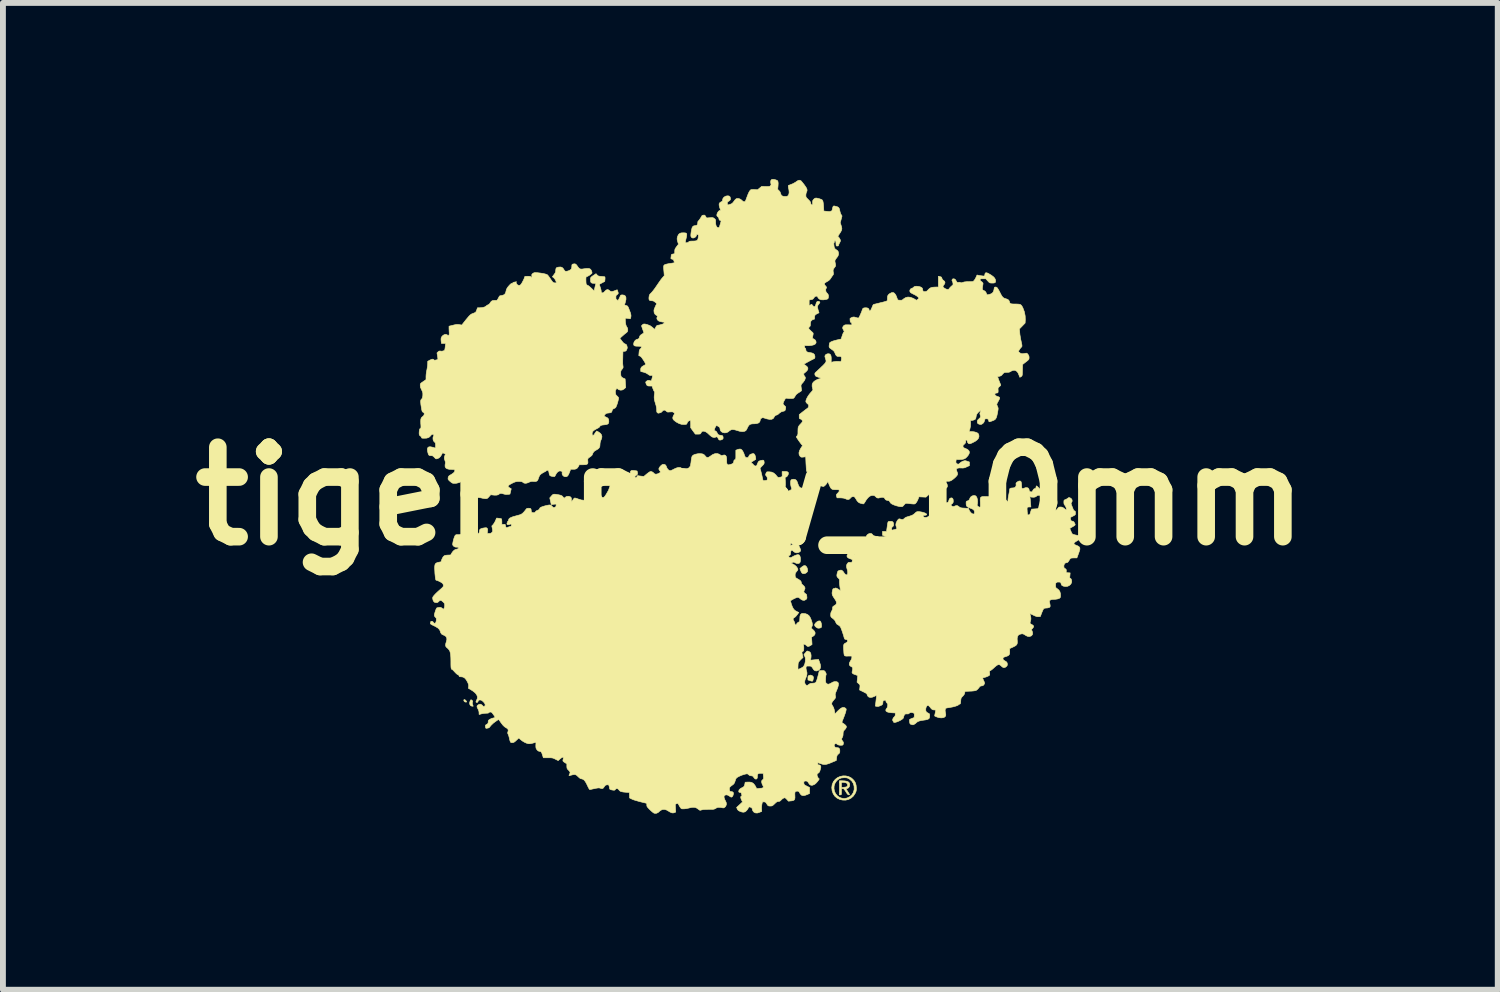
<source format=kicad_pcb>
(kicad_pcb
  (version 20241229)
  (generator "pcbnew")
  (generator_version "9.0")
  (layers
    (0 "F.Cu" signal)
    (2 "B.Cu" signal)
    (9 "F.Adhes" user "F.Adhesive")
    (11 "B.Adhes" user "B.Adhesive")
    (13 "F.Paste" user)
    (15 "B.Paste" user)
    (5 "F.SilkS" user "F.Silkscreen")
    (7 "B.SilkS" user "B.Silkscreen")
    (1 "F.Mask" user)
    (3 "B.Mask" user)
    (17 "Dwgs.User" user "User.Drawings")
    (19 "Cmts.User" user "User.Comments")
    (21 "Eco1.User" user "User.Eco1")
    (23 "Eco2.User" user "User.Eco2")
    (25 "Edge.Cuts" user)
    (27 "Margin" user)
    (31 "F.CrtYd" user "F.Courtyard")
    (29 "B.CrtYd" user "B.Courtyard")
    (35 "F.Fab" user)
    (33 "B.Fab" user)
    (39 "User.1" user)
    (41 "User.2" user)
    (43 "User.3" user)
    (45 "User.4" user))
  (footprint "tiger_paw_10mm"
    (layer "F.Cu")
    (at 9.732 5.403)
    (property "Reference" "tiger_paw_10mm" (at 0 0 0) (layer "F.SilkS") (effects (font (size 1.524 1.524) (thickness 0.3))))
    (attr through_hole)
    (fp_poly (pts (xy -4.857 3.47) (xy -4.844 3.482) (xy -4.835 3.496) (xy -4.833 3.503) (xy -4.838 3.507) (xy -4.851 3.507) (xy -4.865 3.502) (xy -4.874 3.494) (xy -4.875 3.493) (xy -4.882 3.475) (xy -4.878 3.466) (xy -4.869 3.464) (xy -4.857 3.47)) (stroke (width 0.01) (type solid)) (fill yes) (layer "F.SilkS"))
    (fp_poly (pts (xy -4.748 3.471) (xy -4.748 3.471) (xy -4.733 3.485) (xy -4.729 3.5) (xy -4.734 3.509) (xy -4.737 3.52) (xy -4.734 3.538) (xy -4.731 3.548) (xy -4.721 3.577) (xy -4.74 3.577) (xy -4.761 3.57) (xy -4.771 3.56) (xy -4.782 3.539) (xy -4.782 3.516) (xy -4.773 3.488) (xy -4.766 3.473) (xy -4.759 3.468) (xy -4.748 3.471)) (stroke (width 0.01) (type solid)) (fill yes) (layer "F.SilkS"))
    (fp_poly (pts (xy 1.048 3.053) (xy 1.063 3.064) (xy 1.072 3.075) (xy 1.075 3.085) (xy 1.074 3.102) (xy 1.071 3.117) (xy 1.066 3.138) (xy 1.06 3.149) (xy 1.05 3.151) (xy 1.032 3.147) (xy 1.014 3.141) (xy 0.981 3.13) (xy 0.981 3.096) (xy 0.982 3.074) (xy 0.987 3.062) (xy 0.997 3.054) (xy 1.022 3.047) (xy 1.048 3.053)) (stroke (width 0.01) (type solid)) (fill yes) (layer "F.SilkS"))
    (fp_poly (pts (xy 0.936 1.183) (xy 0.953 1.197) (xy 0.967 1.22) (xy 0.974 1.246) (xy 0.976 1.268) (xy 0.974 1.282) (xy 0.965 1.293) (xy 0.959 1.3) (xy 0.937 1.314) (xy 0.912 1.32) (xy 0.89 1.316) (xy 0.88 1.309) (xy 0.871 1.296) (xy 0.861 1.276) (xy 0.857 1.266) (xy 0.844 1.233) (xy 0.872 1.209) (xy 0.891 1.195) (xy 0.91 1.184) (xy 0.917 1.182) (xy 0.936 1.183)) (stroke (width 0.01) (type solid)) (fill yes) (layer "F.SilkS"))
    (fp_poly (pts (xy 1.188 2.126) (xy 1.198 2.137) (xy 1.203 2.148) (xy 1.21 2.173) (xy 1.213 2.199) (xy 1.212 2.223) (xy 1.208 2.235) (xy 1.196 2.242) (xy 1.177 2.247) (xy 1.157 2.248) (xy 1.143 2.245) (xy 1.119 2.23) (xy 1.101 2.212) (xy 1.094 2.194) (xy 1.094 2.192) (xy 1.1 2.175) (xy 1.115 2.156) (xy 1.135 2.139) (xy 1.157 2.127) (xy 1.173 2.124) (xy 1.188 2.126)) (stroke (width 0.01) (type solid)) (fill yes) (layer "F.SilkS"))
    (fp_poly (pts (xy 1.561 4.847) (xy 1.611 4.85) (xy 1.648 4.857) (xy 1.673 4.869) (xy 1.688 4.887) (xy 1.693 4.911) (xy 1.693 4.913) (xy 1.688 4.944) (xy 1.672 4.967) (xy 1.653 4.978) (xy 1.63 4.985) (xy 1.657 5.027) (xy 1.671 5.05) (xy 1.682 5.068) (xy 1.689 5.078) (xy 1.689 5.078) (xy 1.689 5.085) (xy 1.677 5.087) (xy 1.667 5.085) (xy 1.656 5.076) (xy 1.643 5.059) (xy 1.627 5.034) (xy 1.61 5.008) (xy 1.598 4.992) (xy 1.588 4.984) (xy 1.578 4.981) (xy 1.573 4.981) (xy 1.552 4.981) (xy 1.552 5.034) (xy 1.552 5.061) (xy 1.551 5.077) (xy 1.547 5.084) (xy 1.541 5.087) (xy 1.535 5.087) (xy 1.517 5.087) (xy 1.517 4.962) (xy 1.552 4.962) (xy 1.595 4.958) (xy 1.619 4.955) (xy 1.639 4.95) (xy 1.648 4.945) (xy 1.656 4.931) (xy 1.657 4.915) (xy 1.649 4.895) (xy 1.63 4.882) (xy 1.6 4.876) (xy 1.586 4.875) (xy 1.552 4.875) (xy 1.552 4.962) (xy 1.517 4.962) (xy 1.517 4.847) (xy 1.561 4.847)) (stroke (width 0.01) (type solid)) (fill yes) (layer "F.SilkS"))
    (fp_poly (pts (xy 1.627 4.765) (xy 1.675 4.776) (xy 1.719 4.799) (xy 1.746 4.822) (xy 1.774 4.854) (xy 1.792 4.888) (xy 1.802 4.927) (xy 1.805 4.962) (xy 1.806 4.992) (xy 1.804 5.013) (xy 1.799 5.033) (xy 1.789 5.056) (xy 1.785 5.063) (xy 1.756 5.107) (xy 1.718 5.141) (xy 1.674 5.165) (xy 1.624 5.177) (xy 1.572 5.176) (xy 1.526 5.166) (xy 1.478 5.143) (xy 1.44 5.111) (xy 1.412 5.07) (xy 1.393 5.018) (xy 1.389 4.981) (xy 1.425 4.981) (xy 1.433 5.025) (xy 1.451 5.065) (xy 1.479 5.1) (xy 1.515 5.127) (xy 1.545 5.14) (xy 1.578 5.148) (xy 1.607 5.149) (xy 1.637 5.143) (xy 1.647 5.141) (xy 1.691 5.12) (xy 1.727 5.09) (xy 1.753 5.05) (xy 1.767 5.004) (xy 1.769 4.99) (xy 1.767 4.938) (xy 1.753 4.891) (xy 1.727 4.851) (xy 1.689 4.819) (xy 1.682 4.814) (xy 1.66 4.803) (xy 1.639 4.797) (xy 1.613 4.795) (xy 1.598 4.795) (xy 1.552 4.799) (xy 1.514 4.813) (xy 1.481 4.838) (xy 1.466 4.854) (xy 1.441 4.893) (xy 1.427 4.936) (xy 1.425 4.981) (xy 1.389 4.981) (xy 1.387 4.965) (xy 1.394 4.913) (xy 1.414 4.865) (xy 1.414 4.864) (xy 1.446 4.824) (xy 1.485 4.794) (xy 1.53 4.774) (xy 1.578 4.764) (xy 1.627 4.765)) (stroke (width 0.01) (type solid)) (fill yes) (layer "F.SilkS"))
    (fp_poly (pts (xy -2.98 -3.956) (xy -2.964 -3.944) (xy -2.946 -3.92) (xy -2.946 -3.919) (xy -2.926 -3.892) (xy -2.908 -3.876) (xy -2.888 -3.869) (xy -2.86 -3.87) (xy -2.842 -3.873) (xy -2.795 -3.879) (xy -2.761 -3.88) (xy -2.737 -3.875) (xy -2.725 -3.868) (xy -2.712 -3.852) (xy -2.702 -3.831) (xy -2.697 -3.811) (xy -2.698 -3.8) (xy -2.706 -3.791) (xy -2.722 -3.778) (xy -2.743 -3.763) (xy -2.765 -3.75) (xy -2.782 -3.742) (xy -2.791 -3.739) (xy -2.796 -3.737) (xy -2.799 -3.727) (xy -2.801 -3.707) (xy -2.801 -3.685) (xy -2.8 -3.648) (xy -2.798 -3.623) (xy -2.793 -3.608) (xy -2.785 -3.599) (xy -2.776 -3.595) (xy -2.763 -3.589) (xy -2.744 -3.575) (xy -2.721 -3.555) (xy -2.71 -3.545) (xy -2.662 -3.499) (xy -2.65 -3.547) (xy -2.644 -3.574) (xy -2.638 -3.597) (xy -2.635 -3.611) (xy -2.633 -3.62) (xy -2.637 -3.625) (xy -2.65 -3.626) (xy -2.666 -3.627) (xy -2.694 -3.629) (xy -2.712 -3.638) (xy -2.721 -3.655) (xy -2.723 -3.684) (xy -2.723 -3.687) (xy -2.723 -3.706) (xy -2.721 -3.719) (xy -2.714 -3.73) (xy -2.701 -3.742) (xy -2.68 -3.757) (xy -2.667 -3.765) (xy -2.629 -3.791) (xy -2.611 -3.77) (xy -2.6 -3.759) (xy -2.589 -3.752) (xy -2.573 -3.748) (xy -2.548 -3.745) (xy -2.538 -3.745) (xy -2.512 -3.742) (xy -2.491 -3.74) (xy -2.479 -3.737) (xy -2.478 -3.737) (xy -2.476 -3.729) (xy -2.475 -3.711) (xy -2.476 -3.696) (xy -2.48 -3.659) (xy -2.527 -3.634) (xy -2.573 -3.609) (xy -2.557 -3.56) (xy -2.548 -3.532) (xy -2.542 -3.506) (xy -2.54 -3.488) (xy -2.539 -3.472) (xy -2.532 -3.465) (xy -2.519 -3.464) (xy -2.503 -3.468) (xy -2.487 -3.481) (xy -2.479 -3.491) (xy -2.457 -3.512) (xy -2.435 -3.52) (xy -2.413 -3.514) (xy -2.399 -3.503) (xy -2.383 -3.491) (xy -2.364 -3.486) (xy -2.34 -3.49) (xy -2.307 -3.502) (xy -2.268 -3.517) (xy -2.257 -3.486) (xy -2.251 -3.466) (xy -2.25 -3.455) (xy -2.256 -3.446) (xy -2.264 -3.438) (xy -2.277 -3.427) (xy -2.285 -3.422) (xy -2.285 -3.422) (xy -2.288 -3.416) (xy -2.29 -3.399) (xy -2.29 -3.387) (xy -2.289 -3.364) (xy -2.285 -3.353) (xy -2.281 -3.351) (xy -2.27 -3.346) (xy -2.267 -3.341) (xy -2.261 -3.331) (xy -2.258 -3.33) (xy -2.253 -3.336) (xy -2.244 -3.351) (xy -2.233 -3.371) (xy -2.223 -3.393) (xy -2.215 -3.412) (xy -2.213 -3.417) (xy -2.206 -3.425) (xy -2.191 -3.429) (xy -2.177 -3.429) (xy -2.148 -3.424) (xy -2.128 -3.409) (xy -2.119 -3.384) (xy -2.119 -3.349) (xy -2.13 -3.304) (xy -2.13 -3.302) (xy -2.144 -3.259) (xy -2.125 -3.252) (xy -2.108 -3.246) (xy -2.097 -3.242) (xy -2.089 -3.235) (xy -2.079 -3.217) (xy -2.067 -3.187) (xy -2.051 -3.145) (xy -2.046 -3.133) (xy -2.037 -3.102) (xy -2.033 -3.078) (xy -2.035 -3.054) (xy -2.04 -3.033) (xy -2.046 -3.023) (xy -2.048 -3.023) (xy -2.06 -3.025) (xy -2.08 -3.028) (xy -2.094 -3.03) (xy -2.131 -3.034) (xy -2.13 -3.001) (xy -2.127 -2.955) (xy -2.12 -2.917) (xy -2.109 -2.891) (xy -2.104 -2.883) (xy -2.092 -2.864) (xy -2.088 -2.838) (xy -2.088 -2.836) (xy -2.089 -2.817) (xy -2.094 -2.804) (xy -2.105 -2.791) (xy -2.122 -2.778) (xy -2.147 -2.758) (xy -2.174 -2.734) (xy -2.189 -2.721) (xy -2.223 -2.69) (xy -2.189 -2.645) (xy -2.166 -2.616) (xy -2.145 -2.599) (xy -2.132 -2.593) (xy -2.115 -2.585) (xy -2.105 -2.569) (xy -2.103 -2.561) (xy -2.097 -2.539) (xy -2.097 -2.523) (xy -2.102 -2.507) (xy -2.107 -2.494) (xy -2.117 -2.478) (xy -2.129 -2.471) (xy -2.145 -2.469) (xy -2.17 -2.469) (xy -2.172 -2.402) (xy -2.173 -2.351) (xy -2.174 -2.311) (xy -2.174 -2.281) (xy -2.174 -2.257) (xy -2.172 -2.238) (xy -2.17 -2.221) (xy -2.167 -2.199) (xy -2.17 -2.185) (xy -2.18 -2.17) (xy -2.186 -2.162) (xy -2.199 -2.146) (xy -2.206 -2.131) (xy -2.208 -2.111) (xy -2.208 -2.095) (xy -2.207 -2.062) (xy -2.201 -2.04) (xy -2.188 -2.025) (xy -2.167 -2.013) (xy -2.163 -2.011) (xy -2.133 -1.998) (xy -2.128 -1.925) (xy -2.123 -1.852) (xy -2.148 -1.829) (xy -2.177 -1.811) (xy -2.208 -1.806) (xy -2.239 -1.814) (xy -2.251 -1.822) (xy -2.273 -1.838) (xy -2.287 -1.82) (xy -2.295 -1.805) (xy -2.299 -1.786) (xy -2.298 -1.765) (xy -2.295 -1.742) (xy -2.289 -1.726) (xy -2.276 -1.712) (xy -2.27 -1.707) (xy -2.254 -1.691) (xy -2.245 -1.678) (xy -2.244 -1.673) (xy -2.246 -1.656) (xy -2.252 -1.63) (xy -2.26 -1.599) (xy -2.27 -1.567) (xy -2.28 -1.541) (xy -2.29 -1.518) (xy -2.302 -1.504) (xy -2.319 -1.495) (xy -2.321 -1.494) (xy -2.342 -1.483) (xy -2.351 -1.469) (xy -2.353 -1.463) (xy -2.359 -1.442) (xy -2.367 -1.429) (xy -2.382 -1.422) (xy -2.407 -1.419) (xy -2.413 -1.418) (xy -2.438 -1.415) (xy -2.455 -1.41) (xy -2.467 -1.401) (xy -2.474 -1.393) (xy -2.485 -1.379) (xy -2.49 -1.369) (xy -2.491 -1.367) (xy -2.485 -1.362) (xy -2.47 -1.353) (xy -2.461 -1.349) (xy -2.435 -1.336) (xy -2.42 -1.321) (xy -2.413 -1.3) (xy -2.411 -1.271) (xy -2.412 -1.262) (xy -2.416 -1.243) (xy -2.428 -1.23) (xy -2.45 -1.222) (xy -2.482 -1.217) (xy -2.518 -1.213) (xy -2.542 -1.207) (xy -2.557 -1.199) (xy -2.564 -1.187) (xy -2.564 -1.187) (xy -2.573 -1.176) (xy -2.591 -1.163) (xy -2.613 -1.152) (xy -2.649 -1.132) (xy -2.674 -1.114) (xy -2.689 -1.095) (xy -2.695 -1.074) (xy -2.695 -1.066) (xy -2.693 -1.045) (xy -2.685 -1.037) (xy -2.671 -1.041) (xy -2.667 -1.044) (xy -2.658 -1.053) (xy -2.656 -1.056) (xy -2.652 -1.065) (xy -2.642 -1.08) (xy -2.637 -1.087) (xy -2.618 -1.111) (xy -2.586 -1.094) (xy -2.553 -1.07) (xy -2.534 -1.043) (xy -2.528 -1.012) (xy -2.536 -0.976) (xy -2.543 -0.961) (xy -2.556 -0.927) (xy -2.561 -0.892) (xy -2.561 -0.883) (xy -2.564 -0.849) (xy -2.575 -0.824) (xy -2.596 -0.804) (xy -2.624 -0.787) (xy -2.653 -0.77) (xy -2.671 -0.752) (xy -2.684 -0.729) (xy -2.688 -0.718) (xy -2.698 -0.697) (xy -2.718 -0.679) (xy -2.73 -0.67) (xy -2.753 -0.655) (xy -2.766 -0.641) (xy -2.77 -0.625) (xy -2.769 -0.602) (xy -2.768 -0.596) (xy -2.767 -0.571) (xy -2.771 -0.554) (xy -2.784 -0.544) (xy -2.807 -0.538) (xy -2.841 -0.536) (xy -2.851 -0.536) (xy -2.914 -0.536) (xy -2.928 -0.508) (xy -2.944 -0.483) (xy -2.963 -0.468) (xy -2.988 -0.46) (xy -3.017 -0.459) (xy -3.061 -0.459) (xy -3.08 -0.408) (xy -3.091 -0.382) (xy -3.103 -0.359) (xy -3.112 -0.345) (xy -3.112 -0.345) (xy -3.133 -0.333) (xy -3.156 -0.332) (xy -3.178 -0.34) (xy -3.196 -0.356) (xy -3.206 -0.376) (xy -3.207 -0.396) (xy -3.205 -0.413) (xy -3.21 -0.422) (xy -3.223 -0.428) (xy -3.249 -0.431) (xy -3.274 -0.42) (xy -3.298 -0.397) (xy -3.319 -0.361) (xy -3.32 -0.358) (xy -3.328 -0.343) (xy -3.336 -0.335) (xy -3.35 -0.335) (xy -3.365 -0.336) (xy -3.393 -0.342) (xy -3.411 -0.349) (xy -3.421 -0.362) (xy -3.426 -0.379) (xy -3.431 -0.408) (xy -3.435 -0.425) (xy -3.44 -0.435) (xy -3.448 -0.44) (xy -3.452 -0.441) (xy -3.466 -0.442) (xy -3.47 -0.438) (xy -3.477 -0.431) (xy -3.494 -0.42) (xy -3.517 -0.408) (xy -3.521 -0.406) (xy -3.555 -0.386) (xy -3.579 -0.367) (xy -3.595 -0.343) (xy -3.607 -0.312) (xy -3.609 -0.307) (xy -3.62 -0.277) (xy -3.635 -0.259) (xy -3.656 -0.251) (xy -3.687 -0.251) (xy -3.691 -0.251) (xy -3.717 -0.253) (xy -3.738 -0.25) (xy -3.762 -0.242) (xy -3.771 -0.237) (xy -3.808 -0.223) (xy -3.837 -0.22) (xy -3.86 -0.226) (xy -3.872 -0.235) (xy -3.883 -0.243) (xy -3.896 -0.248) (xy -3.915 -0.25) (xy -3.944 -0.25) (xy -3.971 -0.25) (xy -3.991 -0.248) (xy -4.01 -0.242) (xy -4.033 -0.233) (xy -4.061 -0.219) (xy -4.096 -0.2) (xy -4.117 -0.185) (xy -4.126 -0.172) (xy -4.124 -0.161) (xy -4.111 -0.149) (xy -4.101 -0.143) (xy -4.073 -0.127) (xy -4.095 -0.036) (xy -4.127 -0.031) (xy -4.164 -0.03) (xy -4.191 -0.035) (xy -4.223 -0.044) (xy -4.245 -0.048) (xy -4.26 -0.047) (xy -4.272 -0.042) (xy -4.278 -0.037) (xy -4.298 -0.024) (xy -4.326 -0.018) (xy -4.362 -0.018) (xy -4.379 -0.02) (xy -4.423 -0.025) (xy -4.452 0.008) (xy -4.469 0.027) (xy -4.482 0.037) (xy -4.495 0.041) (xy -4.511 0.042) (xy -4.536 0.039) (xy -4.565 0.034) (xy -4.576 0.031) (xy -4.601 0.026) (xy -4.634 0.023) (xy -4.662 0.021) (xy -4.714 0.021) (xy -4.728 -0.01) (xy -4.737 -0.037) (xy -4.745 -0.067) (xy -4.746 -0.074) (xy -4.75 -0.094) (xy -4.755 -0.102) (xy -4.762 -0.103) (xy -4.778 -0.099) (xy -4.802 -0.095) (xy -4.829 -0.092) (xy -4.855 -0.089) (xy -4.876 -0.088) (xy -4.889 -0.088) (xy -4.89 -0.089) (xy -4.9 -0.1) (xy -4.91 -0.12) (xy -4.919 -0.142) (xy -4.924 -0.163) (xy -4.925 -0.169) (xy -4.922 -0.185) (xy -4.914 -0.198) (xy -4.899 -0.209) (xy -4.874 -0.219) (xy -4.838 -0.228) (xy -4.8 -0.237) (xy -4.786 -0.244) (xy -4.783 -0.257) (xy -4.79 -0.271) (xy -4.807 -0.284) (xy -4.809 -0.284) (xy -4.84 -0.295) (xy -4.866 -0.294) (xy -4.888 -0.28) (xy -4.891 -0.276) (xy -4.92 -0.251) (xy -4.96 -0.233) (xy -5.005 -0.221) (xy -5.042 -0.219) (xy -5.062 -0.22) (xy -5.077 -0.224) (xy -5.092 -0.233) (xy -5.112 -0.25) (xy -5.115 -0.252) (xy -5.134 -0.27) (xy -5.145 -0.283) (xy -5.149 -0.293) (xy -5.149 -0.306) (xy -5.148 -0.315) (xy -5.144 -0.33) (xy -5.137 -0.342) (xy -5.125 -0.353) (xy -5.103 -0.366) (xy -5.097 -0.369) (xy -5.064 -0.391) (xy -5.043 -0.411) (xy -5.034 -0.429) (xy -5.035 -0.442) (xy -5.039 -0.45) (xy -5.046 -0.454) (xy -5.062 -0.456) (xy -5.086 -0.456) (xy -5.133 -0.459) (xy -5.167 -0.468) (xy -5.189 -0.483) (xy -5.2 -0.506) (xy -5.2 -0.535) (xy -5.198 -0.545) (xy -5.194 -0.57) (xy -5.197 -0.591) (xy -5.202 -0.606) (xy -5.212 -0.637) (xy -5.213 -0.664) (xy -5.204 -0.692) (xy -5.204 -0.693) (xy -5.194 -0.717) (xy -5.242 -0.741) (xy -5.254 -0.718) (xy -5.276 -0.68) (xy -5.3 -0.655) (xy -5.327 -0.641) (xy -5.328 -0.641) (xy -5.344 -0.637) (xy -5.355 -0.637) (xy -5.366 -0.644) (xy -5.381 -0.66) (xy -5.383 -0.662) (xy -5.4 -0.679) (xy -5.414 -0.688) (xy -5.43 -0.691) (xy -5.443 -0.691) (xy -5.46 -0.692) (xy -5.472 -0.697) (xy -5.481 -0.707) (xy -5.488 -0.725) (xy -5.496 -0.754) (xy -5.498 -0.763) (xy -5.502 -0.798) (xy -5.497 -0.823) (xy -5.482 -0.838) (xy -5.457 -0.843) (xy -5.423 -0.837) (xy -5.4 -0.831) (xy -5.381 -0.825) (xy -5.375 -0.822) (xy -5.368 -0.821) (xy -5.364 -0.826) (xy -5.363 -0.839) (xy -5.362 -0.863) (xy -5.363 -0.889) (xy -5.365 -0.904) (xy -5.371 -0.915) (xy -5.38 -0.922) (xy -5.398 -0.943) (xy -5.406 -0.971) (xy -5.406 -1.001) (xy -5.4 -1.019) (xy -5.392 -1.037) (xy -5.392 -1.046) (xy -5.401 -1.051) (xy -5.409 -1.054) (xy -5.421 -1.054) (xy -5.433 -1.045) (xy -5.443 -1.034) (xy -5.464 -1.011) (xy -5.488 -0.997) (xy -5.519 -0.989) (xy -5.552 -0.988) (xy -5.578 -0.988) (xy -5.593 -0.99) (xy -5.6 -0.994) (xy -5.602 -1.001) (xy -5.602 -1.002) (xy -5.608 -1.016) (xy -5.619 -1.024) (xy -5.632 -1.034) (xy -5.64 -1.05) (xy -5.642 -1.074) (xy -5.64 -1.107) (xy -5.636 -1.132) (xy -5.631 -1.147) (xy -5.623 -1.153) (xy -5.622 -1.154) (xy -5.616 -1.157) (xy -5.613 -1.163) (xy -5.611 -1.175) (xy -5.611 -1.195) (xy -5.613 -1.226) (xy -5.614 -1.231) (xy -5.615 -1.274) (xy -5.614 -1.305) (xy -5.608 -1.328) (xy -5.598 -1.344) (xy -5.583 -1.356) (xy -5.582 -1.357) (xy -5.563 -1.375) (xy -5.557 -1.391) (xy -5.555 -1.411) (xy -5.562 -1.424) (xy -5.577 -1.432) (xy -5.584 -1.436) (xy -5.59 -1.445) (xy -5.595 -1.461) (xy -5.6 -1.486) (xy -5.604 -1.511) (xy -5.612 -1.559) (xy -5.615 -1.594) (xy -5.616 -1.62) (xy -5.613 -1.638) (xy -5.606 -1.649) (xy -5.602 -1.652) (xy -5.591 -1.666) (xy -5.583 -1.69) (xy -5.579 -1.719) (xy -5.579 -1.749) (xy -5.58 -1.761) (xy -5.587 -1.784) (xy -5.599 -1.81) (xy -5.604 -1.821) (xy -5.62 -1.856) (xy -5.623 -1.886) (xy -5.623 -1.902) (xy -5.62 -1.914) (xy -5.613 -1.924) (xy -5.598 -1.936) (xy -5.574 -1.952) (xy -5.574 -1.953) (xy -5.525 -1.986) (xy -5.525 -2.039) (xy -5.523 -2.073) (xy -5.518 -2.112) (xy -5.511 -2.149) (xy -5.51 -2.152) (xy -5.504 -2.186) (xy -5.499 -2.221) (xy -5.497 -2.251) (xy -5.496 -2.255) (xy -5.496 -2.298) (xy -5.462 -2.317) (xy -5.431 -2.331) (xy -5.409 -2.335) (xy -5.395 -2.328) (xy -5.392 -2.324) (xy -5.386 -2.318) (xy -5.374 -2.317) (xy -5.356 -2.32) (xy -5.337 -2.325) (xy -5.325 -2.329) (xy -5.323 -2.33) (xy -5.323 -2.338) (xy -5.324 -2.356) (xy -5.328 -2.381) (xy -5.329 -2.387) (xy -5.338 -2.441) (xy -5.32 -2.459) (xy -5.303 -2.472) (xy -5.287 -2.474) (xy -5.282 -2.473) (xy -5.259 -2.47) (xy -5.235 -2.474) (xy -5.216 -2.481) (xy -5.208 -2.489) (xy -5.204 -2.502) (xy -5.2 -2.524) (xy -5.197 -2.551) (xy -5.197 -2.552) (xy -5.191 -2.603) (xy -5.262 -2.603) (xy -5.267 -2.642) (xy -5.269 -2.666) (xy -5.268 -2.688) (xy -5.267 -2.696) (xy -5.254 -2.721) (xy -5.235 -2.74) (xy -5.212 -2.753) (xy -5.188 -2.757) (xy -5.168 -2.751) (xy -5.164 -2.748) (xy -5.148 -2.738) (xy -5.136 -2.742) (xy -5.13 -2.757) (xy -5.129 -2.781) (xy -5.131 -2.806) (xy -5.132 -2.837) (xy -5.133 -2.854) (xy -5.133 -2.896) (xy -5.066 -2.913) (xy -5.032 -2.921) (xy -5.006 -2.925) (xy -4.985 -2.926) (xy -4.963 -2.924) (xy -4.957 -2.923) (xy -4.916 -2.916) (xy -4.876 -2.966) (xy -4.843 -3.008) (xy -4.816 -3.04) (xy -4.796 -3.064) (xy -4.779 -3.081) (xy -4.766 -3.093) (xy -4.754 -3.101) (xy -4.743 -3.107) (xy -4.729 -3.112) (xy -4.728 -3.112) (xy -4.701 -3.123) (xy -4.683 -3.132) (xy -4.672 -3.146) (xy -4.664 -3.165) (xy -4.66 -3.176) (xy -4.648 -3.21) (xy -4.608 -3.21) (xy -4.562 -3.214) (xy -4.526 -3.224) (xy -4.5 -3.24) (xy -4.499 -3.242) (xy -4.481 -3.255) (xy -4.464 -3.262) (xy -4.446 -3.274) (xy -4.431 -3.295) (xy -4.414 -3.319) (xy -4.393 -3.332) (xy -4.363 -3.336) (xy -4.347 -3.336) (xy -4.329 -3.335) (xy -4.317 -3.338) (xy -4.308 -3.348) (xy -4.297 -3.366) (xy -4.295 -3.369) (xy -4.285 -3.389) (xy -4.277 -3.404) (xy -4.274 -3.409) (xy -4.267 -3.413) (xy -4.25 -3.417) (xy -4.237 -3.419) (xy -4.206 -3.427) (xy -4.184 -3.441) (xy -4.17 -3.464) (xy -4.162 -3.494) (xy -4.156 -3.519) (xy -4.146 -3.54) (xy -4.131 -3.563) (xy -4.115 -3.582) (xy -4.093 -3.606) (xy -4.076 -3.621) (xy -4.063 -3.626) (xy -4.06 -3.627) (xy -4.048 -3.629) (xy -4.046 -3.633) (xy -4.044 -3.64) (xy -4.033 -3.644) (xy -4.005 -3.65) (xy -3.989 -3.652) (xy -3.982 -3.653) (xy -3.983 -3.65) (xy -3.986 -3.649) (xy -3.991 -3.642) (xy -3.989 -3.632) (xy -3.982 -3.618) (xy -3.965 -3.599) (xy -3.944 -3.591) (xy -3.922 -3.595) (xy -3.909 -3.607) (xy -3.897 -3.623) (xy -3.884 -3.646) (xy -3.87 -3.673) (xy -3.857 -3.699) (xy -3.849 -3.72) (xy -3.845 -3.733) (xy -3.844 -3.74) (xy -3.837 -3.744) (xy -3.823 -3.746) (xy -3.798 -3.746) (xy -3.793 -3.747) (xy -3.764 -3.746) (xy -3.747 -3.743) (xy -3.738 -3.738) (xy -3.737 -3.736) (xy -3.73 -3.725) (xy -3.724 -3.726) (xy -3.722 -3.738) (xy -3.722 -3.753) (xy -3.724 -3.771) (xy -3.719 -3.783) (xy -3.705 -3.795) (xy -3.705 -3.796) (xy -3.692 -3.803) (xy -3.68 -3.808) (xy -3.663 -3.809) (xy -3.639 -3.808) (xy -3.624 -3.807) (xy -3.575 -3.801) (xy -3.531 -3.794) (xy -3.495 -3.786) (xy -3.468 -3.777) (xy -3.455 -3.77) (xy -3.445 -3.758) (xy -3.43 -3.738) (xy -3.413 -3.714) (xy -3.409 -3.708) (xy -3.388 -3.677) (xy -3.372 -3.655) (xy -3.358 -3.642) (xy -3.345 -3.636) (xy -3.33 -3.634) (xy -3.326 -3.634) (xy -3.31 -3.635) (xy -3.304 -3.639) (xy -3.306 -3.649) (xy -3.324 -3.691) (xy -3.35 -3.722) (xy -3.371 -3.737) (xy -3.369 -3.743) (xy -3.359 -3.756) (xy -3.345 -3.775) (xy -3.326 -3.802) (xy -3.317 -3.824) (xy -3.316 -3.831) (xy -3.315 -3.853) (xy -3.312 -3.872) (xy -3.308 -3.885) (xy -3.3 -3.893) (xy -3.284 -3.899) (xy -3.27 -3.902) (xy -3.236 -3.905) (xy -3.21 -3.899) (xy -3.19 -3.882) (xy -3.176 -3.861) (xy -3.165 -3.842) (xy -3.154 -3.834) (xy -3.139 -3.831) (xy -3.137 -3.831) (xy -3.113 -3.835) (xy -3.087 -3.844) (xy -3.064 -3.857) (xy -3.05 -3.871) (xy -3.049 -3.872) (xy -3.044 -3.888) (xy -3.041 -3.911) (xy -3.041 -3.918) (xy -3.04 -3.938) (xy -3.035 -3.949) (xy -3.025 -3.954) (xy -3.025 -3.954) (xy -2.999 -3.959) (xy -2.98 -3.956)) (stroke (width 0.01) (type solid)) (fill yes) (layer "F.SilkS"))
    (fp_poly (pts (xy 4.031 -3.805) (xy 4.058 -3.793) (xy 4.058 -3.793) (xy 4.105 -3.765) (xy 4.14 -3.739) (xy 4.163 -3.714) (xy 4.175 -3.688) (xy 4.178 -3.668) (xy 4.176 -3.649) (xy 4.168 -3.638) (xy 4.15 -3.632) (xy 4.12 -3.631) (xy 4.119 -3.631) (xy 4.096 -3.632) (xy 4.08 -3.635) (xy 4.067 -3.643) (xy 4.053 -3.658) (xy 4.043 -3.668) (xy 4.011 -3.704) (xy 3.964 -3.704) (xy 3.938 -3.704) (xy 3.922 -3.701) (xy 3.915 -3.695) (xy 3.913 -3.692) (xy 3.914 -3.678) (xy 3.924 -3.667) (xy 3.946 -3.65) (xy 3.958 -3.638) (xy 3.963 -3.629) (xy 3.964 -3.618) (xy 3.962 -3.607) (xy 3.956 -3.57) (xy 3.953 -3.545) (xy 3.953 -3.528) (xy 3.955 -3.518) (xy 3.962 -3.512) (xy 3.972 -3.506) (xy 3.978 -3.504) (xy 3.999 -3.491) (xy 4.013 -3.474) (xy 4.019 -3.459) (xy 4.027 -3.441) (xy 4.034 -3.432) (xy 4.044 -3.431) (xy 4.053 -3.433) (xy 4.092 -3.444) (xy 4.119 -3.458) (xy 4.137 -3.479) (xy 4.148 -3.508) (xy 4.152 -3.53) (xy 4.156 -3.55) (xy 4.161 -3.56) (xy 4.171 -3.563) (xy 4.177 -3.563) (xy 4.188 -3.562) (xy 4.199 -3.557) (xy 4.209 -3.546) (xy 4.221 -3.528) (xy 4.237 -3.5) (xy 4.254 -3.467) (xy 4.273 -3.43) (xy 4.289 -3.404) (xy 4.304 -3.387) (xy 4.321 -3.375) (xy 4.342 -3.367) (xy 4.35 -3.365) (xy 4.381 -3.354) (xy 4.401 -3.34) (xy 4.412 -3.321) (xy 4.414 -3.312) (xy 4.42 -3.294) (xy 4.43 -3.281) (xy 4.431 -3.281) (xy 4.443 -3.278) (xy 4.466 -3.275) (xy 4.496 -3.274) (xy 4.517 -3.274) (xy 4.556 -3.273) (xy 4.584 -3.27) (xy 4.604 -3.263) (xy 4.619 -3.25) (xy 4.632 -3.229) (xy 4.643 -3.208) (xy 4.668 -3.141) (xy 4.682 -3.069) (xy 4.684 -3.006) (xy 4.681 -2.95) (xy 4.633 -2.9) (xy 4.584 -2.85) (xy 4.589 -2.788) (xy 4.592 -2.754) (xy 4.599 -2.713) (xy 4.606 -2.671) (xy 4.611 -2.649) (xy 4.619 -2.611) (xy 4.625 -2.584) (xy 4.627 -2.565) (xy 4.627 -2.554) (xy 4.623 -2.546) (xy 4.618 -2.54) (xy 4.617 -2.539) (xy 4.606 -2.528) (xy 4.592 -2.509) (xy 4.585 -2.498) (xy 4.565 -2.467) (xy 4.584 -2.447) (xy 4.609 -2.431) (xy 4.642 -2.427) (xy 4.683 -2.434) (xy 4.685 -2.434) (xy 4.701 -2.437) (xy 4.712 -2.434) (xy 4.724 -2.423) (xy 4.728 -2.418) (xy 4.742 -2.397) (xy 4.748 -2.374) (xy 4.748 -2.363) (xy 4.748 -2.348) (xy 4.745 -2.336) (xy 4.739 -2.326) (xy 4.726 -2.313) (xy 4.705 -2.296) (xy 4.693 -2.287) (xy 4.638 -2.244) (xy 4.636 -2.178) (xy 4.635 -2.133) (xy 4.634 -2.1) (xy 4.633 -2.076) (xy 4.631 -2.061) (xy 4.627 -2.051) (xy 4.623 -2.045) (xy 4.616 -2.04) (xy 4.612 -2.037) (xy 4.598 -2.029) (xy 4.59 -2.026) (xy 4.59 -2.026) (xy 4.587 -2.034) (xy 4.581 -2.05) (xy 4.576 -2.064) (xy 4.559 -2.103) (xy 4.536 -2.13) (xy 4.509 -2.144) (xy 4.478 -2.145) (xy 4.446 -2.132) (xy 4.438 -2.127) (xy 4.419 -2.116) (xy 4.397 -2.111) (xy 4.368 -2.11) (xy 4.347 -2.109) (xy 4.331 -2.107) (xy 4.319 -2.101) (xy 4.305 -2.088) (xy 4.287 -2.068) (xy 4.281 -2.06) (xy 4.267 -2.051) (xy 4.247 -2.044) (xy 4.241 -2.043) (xy 4.223 -2.039) (xy 4.213 -2.037) (xy 4.212 -2.036) (xy 4.215 -2.028) (xy 4.221 -2.011) (xy 4.229 -1.987) (xy 4.239 -1.961) (xy 4.249 -1.936) (xy 4.257 -1.916) (xy 4.262 -1.904) (xy 4.263 -1.903) (xy 4.265 -1.893) (xy 4.261 -1.883) (xy 4.246 -1.87) (xy 4.244 -1.868) (xy 4.229 -1.855) (xy 4.222 -1.844) (xy 4.219 -1.83) (xy 4.221 -1.807) (xy 4.221 -1.805) (xy 4.221 -1.78) (xy 4.218 -1.765) (xy 4.208 -1.759) (xy 4.189 -1.757) (xy 4.187 -1.757) (xy 4.171 -1.753) (xy 4.165 -1.742) (xy 4.167 -1.729) (xy 4.178 -1.715) (xy 4.197 -1.704) (xy 4.203 -1.702) (xy 4.229 -1.693) (xy 4.244 -1.685) (xy 4.248 -1.673) (xy 4.243 -1.656) (xy 4.23 -1.63) (xy 4.227 -1.624) (xy 4.213 -1.6) (xy 4.203 -1.579) (xy 4.198 -1.567) (xy 4.198 -1.565) (xy 4.201 -1.553) (xy 4.208 -1.535) (xy 4.212 -1.526) (xy 4.218 -1.512) (xy 4.221 -1.5) (xy 4.221 -1.487) (xy 4.219 -1.468) (xy 4.214 -1.44) (xy 4.212 -1.428) (xy 4.203 -1.384) (xy 4.195 -1.352) (xy 4.185 -1.328) (xy 4.173 -1.311) (xy 4.157 -1.299) (xy 4.134 -1.288) (xy 4.103 -1.277) (xy 4.103 -1.277) (xy 4.081 -1.27) (xy 4.069 -1.268) (xy 4.064 -1.271) (xy 4.064 -1.274) (xy 4.061 -1.287) (xy 4.056 -1.301) (xy 4.047 -1.314) (xy 4.033 -1.319) (xy 4.021 -1.319) (xy 4.005 -1.318) (xy 3.996 -1.313) (xy 3.992 -1.299) (xy 3.991 -1.291) (xy 3.979 -1.26) (xy 3.963 -1.241) (xy 3.939 -1.225) (xy 3.915 -1.222) (xy 3.887 -1.231) (xy 3.887 -1.231) (xy 3.873 -1.241) (xy 3.867 -1.255) (xy 3.866 -1.269) (xy 3.868 -1.287) (xy 3.876 -1.301) (xy 3.892 -1.316) (xy 3.895 -1.319) (xy 3.913 -1.336) (xy 3.921 -1.351) (xy 3.92 -1.37) (xy 3.914 -1.388) (xy 3.91 -1.406) (xy 3.913 -1.423) (xy 3.918 -1.436) (xy 3.925 -1.453) (xy 3.923 -1.459) (xy 3.912 -1.454) (xy 3.893 -1.438) (xy 3.885 -1.431) (xy 3.864 -1.407) (xy 3.852 -1.385) (xy 3.849 -1.372) (xy 3.844 -1.344) (xy 3.84 -1.327) (xy 3.835 -1.316) (xy 3.828 -1.309) (xy 3.823 -1.306) (xy 3.805 -1.298) (xy 3.782 -1.292) (xy 3.778 -1.292) (xy 3.75 -1.288) (xy 3.752 -1.242) (xy 3.75 -1.192) (xy 3.739 -1.141) (xy 3.729 -1.113) (xy 3.728 -1.106) (xy 3.732 -1.103) (xy 3.746 -1.101) (xy 3.77 -1.101) (xy 3.772 -1.101) (xy 3.812 -1.097) (xy 3.846 -1.088) (xy 3.873 -1.075) (xy 3.887 -1.059) (xy 3.892 -1.042) (xy 3.895 -1.021) (xy 3.895 -1.021) (xy 3.888 -0.991) (xy 3.867 -0.963) (xy 3.832 -0.936) (xy 3.784 -0.911) (xy 3.769 -0.904) (xy 3.748 -0.896) (xy 3.734 -0.893) (xy 3.724 -0.895) (xy 3.715 -0.9) (xy 3.7 -0.918) (xy 3.696 -0.934) (xy 3.69 -0.952) (xy 3.681 -0.958) (xy 3.673 -0.957) (xy 3.669 -0.948) (xy 3.669 -0.934) (xy 3.667 -0.914) (xy 3.658 -0.899) (xy 3.644 -0.885) (xy 3.628 -0.871) (xy 3.622 -0.859) (xy 3.623 -0.845) (xy 3.623 -0.845) (xy 3.63 -0.832) (xy 3.643 -0.822) (xy 3.663 -0.814) (xy 3.7 -0.797) (xy 3.722 -0.776) (xy 3.732 -0.753) (xy 3.727 -0.725) (xy 3.709 -0.694) (xy 3.688 -0.669) (xy 3.664 -0.647) (xy 3.638 -0.634) (xy 3.606 -0.627) (xy 3.565 -0.625) (xy 3.508 -0.626) (xy 3.503 -0.599) (xy 3.501 -0.579) (xy 3.506 -0.567) (xy 3.515 -0.558) (xy 3.532 -0.546) (xy 3.547 -0.546) (xy 3.564 -0.558) (xy 3.569 -0.563) (xy 3.587 -0.578) (xy 3.611 -0.592) (xy 3.622 -0.596) (xy 3.642 -0.603) (xy 3.657 -0.606) (xy 3.672 -0.603) (xy 3.694 -0.596) (xy 3.732 -0.583) (xy 3.732 -0.521) (xy 3.686 -0.5) (xy 3.659 -0.488) (xy 3.638 -0.482) (xy 3.616 -0.48) (xy 3.596 -0.481) (xy 3.558 -0.482) (xy 3.53 -0.477) (xy 3.514 -0.467) (xy 3.511 -0.461) (xy 3.511 -0.45) (xy 3.516 -0.43) (xy 3.521 -0.416) (xy 3.529 -0.394) (xy 3.531 -0.38) (xy 3.528 -0.368) (xy 3.525 -0.36) (xy 3.51 -0.341) (xy 3.488 -0.318) (xy 3.461 -0.295) (xy 3.434 -0.275) (xy 3.419 -0.266) (xy 3.402 -0.259) (xy 3.385 -0.255) (xy 3.363 -0.255) (xy 3.336 -0.257) (xy 3.31 -0.259) (xy 3.291 -0.259) (xy 3.281 -0.258) (xy 3.281 -0.258) (xy 3.286 -0.253) (xy 3.301 -0.244) (xy 3.316 -0.235) (xy 3.337 -0.222) (xy 3.348 -0.211) (xy 3.354 -0.196) (xy 3.355 -0.188) (xy 3.357 -0.17) (xy 3.354 -0.157) (xy 3.343 -0.144) (xy 3.334 -0.136) (xy 3.308 -0.112) (xy 3.236 -0.116) (xy 3.205 -0.118) (xy 3.18 -0.118) (xy 3.162 -0.116) (xy 3.157 -0.115) (xy 3.148 -0.106) (xy 3.136 -0.09) (xy 3.134 -0.088) (xy 3.114 -0.068) (xy 3.092 -0.058) (xy 3.073 -0.049) (xy 3.049 -0.034) (xy 3.028 -0.017) (xy 2.991 0.016) (xy 2.932 0.013) (xy 2.872 0.01) (xy 2.857 0.051) (xy 2.845 0.077) (xy 2.831 0.102) (xy 2.821 0.114) (xy 2.814 0.122) (xy 2.807 0.128) (xy 2.8 0.131) (xy 2.788 0.133) (xy 2.771 0.132) (xy 2.746 0.13) (xy 2.711 0.126) (xy 2.68 0.122) (xy 2.658 0.121) (xy 2.643 0.125) (xy 2.63 0.135) (xy 2.63 0.135) (xy 2.616 0.151) (xy 2.606 0.163) (xy 2.606 0.163) (xy 2.593 0.175) (xy 2.57 0.179) (xy 2.541 0.176) (xy 2.491 0.164) (xy 2.447 0.149) (xy 2.412 0.133) (xy 2.388 0.115) (xy 2.377 0.098) (xy 2.372 0.087) (xy 2.365 0.08) (xy 2.352 0.075) (xy 2.331 0.07) (xy 2.317 0.067) (xy 2.303 0.059) (xy 2.294 0.046) (xy 2.281 0.027) (xy 2.261 0.018) (xy 2.234 0.019) (xy 2.213 0.024) (xy 2.185 0.031) (xy 2.166 0.03) (xy 2.149 0.022) (xy 2.131 0.004) (xy 2.113 -0.01) (xy 2.089 -0.014) (xy 2.087 -0.014) (xy 2.056 -0.01) (xy 2.028 0.004) (xy 2.001 0.029) (xy 1.973 0.065) (xy 1.96 0.087) (xy 1.944 0.113) (xy 1.932 0.127) (xy 1.923 0.132) (xy 1.92 0.131) (xy 1.905 0.127) (xy 1.887 0.123) (xy 1.859 0.114) (xy 1.838 0.1) (xy 1.818 0.078) (xy 1.803 0.053) (xy 1.788 0.03) (xy 1.778 0.016) (xy 1.768 0.009) (xy 1.757 0.007) (xy 1.75 0.007) (xy 1.731 0.01) (xy 1.716 0.019) (xy 1.705 0.032) (xy 1.688 0.049) (xy 1.668 0.056) (xy 1.644 0.053) (xy 1.617 0.042) (xy 1.59 0.033) (xy 1.556 0.029) (xy 1.531 0.028) (xy 1.477 0.028) (xy 1.469 0.002) (xy 1.465 -0.013) (xy 1.466 -0.025) (xy 1.473 -0.036) (xy 1.489 -0.053) (xy 1.49 -0.054) (xy 1.507 -0.073) (xy 1.514 -0.087) (xy 1.514 -0.098) (xy 1.51 -0.105) (xy 1.503 -0.11) (xy 1.488 -0.111) (xy 1.464 -0.111) (xy 1.457 -0.111) (xy 1.423 -0.112) (xy 1.397 -0.117) (xy 1.378 -0.13) (xy 1.362 -0.153) (xy 1.347 -0.186) (xy 1.344 -0.193) (xy 1.334 -0.218) (xy 1.325 -0.236) (xy 1.319 -0.246) (xy 1.318 -0.247) (xy 1.312 -0.241) (xy 1.309 -0.232) (xy 1.3 -0.216) (xy 1.286 -0.197) (xy 1.269 -0.181) (xy 1.254 -0.169) (xy 1.243 -0.165) (xy 1.243 -0.165) (xy 1.229 -0.169) (xy 1.208 -0.174) (xy 1.202 -0.176) (xy 1.178 -0.184) (xy 1.163 -0.193) (xy 1.155 -0.208) (xy 1.151 -0.231) (xy 1.15 -0.263) (xy 1.15 -0.321) (xy 1.098 -0.337) (xy 1.071 -0.346) (xy 1.054 -0.353) (xy 1.045 -0.361) (xy 1.039 -0.372) (xy 1.037 -0.377) (xy 1.031 -0.392) (xy 1.02 -0.401) (xy 1.002 -0.408) (xy 0.995 -0.409) (xy 0.974 -0.416) (xy 0.96 -0.423) (xy 0.957 -0.427) (xy 0.956 -0.437) (xy 0.954 -0.458) (xy 0.952 -0.488) (xy 0.95 -0.525) (xy 0.948 -0.554) (xy 0.943 -0.672) (xy 0.903 -0.667) (xy 0.88 -0.665) (xy 0.865 -0.667) (xy 0.855 -0.673) (xy 0.849 -0.679) (xy 0.832 -0.706) (xy 0.828 -0.739) (xy 0.838 -0.777) (xy 0.861 -0.82) (xy 0.865 -0.826) (xy 0.89 -0.863) (xy 0.873 -0.881) (xy 0.862 -0.895) (xy 0.847 -0.915) (xy 0.83 -0.938) (xy 0.813 -0.963) (xy 0.798 -0.985) (xy 0.788 -1.002) (xy 0.783 -1.011) (xy 0.783 -1.011) (xy 0.788 -1.019) (xy 0.797 -1.03) (xy 0.804 -1.039) (xy 0.808 -1.051) (xy 0.811 -1.069) (xy 0.811 -1.096) (xy 0.811 -1.11) (xy 0.812 -1.143) (xy 0.814 -1.167) (xy 0.821 -1.186) (xy 0.832 -1.205) (xy 0.851 -1.226) (xy 0.867 -1.243) (xy 0.881 -1.26) (xy 0.887 -1.272) (xy 0.887 -1.284) (xy 0.885 -1.289) (xy 0.872 -1.307) (xy 0.855 -1.315) (xy 0.842 -1.32) (xy 0.835 -1.327) (xy 0.833 -1.342) (xy 0.833 -1.356) (xy 0.833 -1.39) (xy 0.887 -1.433) (xy 0.914 -1.454) (xy 0.94 -1.474) (xy 0.96 -1.489) (xy 0.967 -1.493) (xy 0.984 -1.508) (xy 0.992 -1.524) (xy 0.994 -1.534) (xy 0.993 -1.551) (xy 0.985 -1.565) (xy 0.97 -1.577) (xy 0.952 -1.596) (xy 0.945 -1.614) (xy 0.945 -1.615) (xy 0.95 -1.639) (xy 0.963 -1.67) (xy 0.982 -1.704) (xy 1.006 -1.738) (xy 1.028 -1.764) (xy 1.048 -1.786) (xy 1.06 -1.801) (xy 1.065 -1.812) (xy 1.065 -1.821) (xy 1.061 -1.833) (xy 1.061 -1.834) (xy 1.052 -1.874) (xy 1.054 -1.91) (xy 1.069 -1.938) (xy 1.07 -1.94) (xy 1.093 -1.961) (xy 1.124 -1.98) (xy 1.158 -1.995) (xy 1.177 -2) (xy 1.192 -2.005) (xy 1.199 -2.01) (xy 1.199 -2.01) (xy 1.193 -2.015) (xy 1.177 -2.022) (xy 1.157 -2.028) (xy 1.13 -2.037) (xy 1.114 -2.046) (xy 1.105 -2.057) (xy 1.1 -2.072) (xy 1.099 -2.076) (xy 1.099 -2.09) (xy 1.105 -2.102) (xy 1.121 -2.118) (xy 1.125 -2.121) (xy 1.141 -2.136) (xy 1.164 -2.158) (xy 1.192 -2.184) (xy 1.22 -2.211) (xy 1.222 -2.213) (xy 1.252 -2.242) (xy 1.272 -2.264) (xy 1.284 -2.282) (xy 1.29 -2.297) (xy 1.289 -2.313) (xy 1.284 -2.332) (xy 1.281 -2.342) (xy 1.274 -2.364) (xy 1.27 -2.381) (xy 1.27 -2.385) (xy 1.276 -2.403) (xy 1.293 -2.418) (xy 1.316 -2.426) (xy 1.328 -2.427) (xy 1.35 -2.424) (xy 1.365 -2.412) (xy 1.374 -2.391) (xy 1.378 -2.358) (xy 1.378 -2.335) (xy 1.377 -2.282) (xy 1.42 -2.291) (xy 1.458 -2.296) (xy 1.496 -2.297) (xy 1.504 -2.296) (xy 1.544 -2.292) (xy 1.551 -2.326) (xy 1.554 -2.355) (xy 1.547 -2.374) (xy 1.532 -2.383) (xy 1.51 -2.382) (xy 1.484 -2.382) (xy 1.465 -2.393) (xy 1.45 -2.416) (xy 1.443 -2.435) (xy 1.431 -2.462) (xy 1.414 -2.481) (xy 1.403 -2.489) (xy 1.375 -2.509) (xy 1.356 -2.523) (xy 1.346 -2.535) (xy 1.342 -2.547) (xy 1.342 -2.562) (xy 1.344 -2.577) (xy 1.347 -2.6) (xy 1.352 -2.614) (xy 1.363 -2.623) (xy 1.382 -2.633) (xy 1.404 -2.642) (xy 1.434 -2.651) (xy 1.468 -2.66) (xy 1.481 -2.663) (xy 1.547 -2.678) (xy 1.563 -2.729) (xy 1.572 -2.756) (xy 1.582 -2.779) (xy 1.59 -2.793) (xy 1.591 -2.794) (xy 1.598 -2.804) (xy 1.598 -2.813) (xy 1.59 -2.826) (xy 1.587 -2.829) (xy 1.574 -2.857) (xy 1.574 -2.881) (xy 1.588 -2.902) (xy 1.591 -2.905) (xy 1.602 -2.913) (xy 1.614 -2.918) (xy 1.63 -2.92) (xy 1.654 -2.92) (xy 1.67 -2.92) (xy 1.729 -2.917) (xy 1.729 -2.936) (xy 1.724 -2.954) (xy 1.714 -2.96) (xy 1.704 -2.968) (xy 1.7 -2.985) (xy 1.7 -2.988) (xy 1.699 -3.007) (xy 1.697 -3.021) (xy 1.697 -3.021) (xy 1.701 -3.03) (xy 1.718 -3.04) (xy 1.726 -3.044) (xy 1.744 -3.051) (xy 1.758 -3.053) (xy 1.774 -3.052) (xy 1.796 -3.045) (xy 1.8 -3.044) (xy 1.822 -3.038) (xy 1.838 -3.035) (xy 1.844 -3.035) (xy 1.851 -3.046) (xy 1.862 -3.066) (xy 1.874 -3.092) (xy 1.886 -3.12) (xy 1.897 -3.146) (xy 1.904 -3.166) (xy 1.905 -3.17) (xy 1.912 -3.19) (xy 1.922 -3.202) (xy 1.938 -3.208) (xy 1.965 -3.21) (xy 1.973 -3.21) (xy 2 -3.205) (xy 2.018 -3.191) (xy 2.025 -3.168) (xy 2.025 -3.166) (xy 2.029 -3.156) (xy 2.037 -3.155) (xy 2.047 -3.164) (xy 2.059 -3.185) (xy 2.071 -3.212) (xy 2.082 -3.24) (xy 2.091 -3.258) (xy 2.1 -3.267) (xy 2.11 -3.27) (xy 2.129 -3.274) (xy 2.157 -3.281) (xy 2.19 -3.289) (xy 2.225 -3.298) (xy 2.259 -3.306) (xy 2.288 -3.314) (xy 2.309 -3.32) (xy 2.316 -3.322) (xy 2.327 -3.328) (xy 2.333 -3.336) (xy 2.335 -3.351) (xy 2.335 -3.369) (xy 2.337 -3.401) (xy 2.344 -3.422) (xy 2.358 -3.439) (xy 2.378 -3.454) (xy 2.408 -3.468) (xy 2.434 -3.47) (xy 2.455 -3.458) (xy 2.474 -3.433) (xy 2.478 -3.427) (xy 2.489 -3.402) (xy 2.499 -3.375) (xy 2.501 -3.369) (xy 2.507 -3.353) (xy 2.514 -3.344) (xy 2.527 -3.34) (xy 2.547 -3.339) (xy 2.57 -3.338) (xy 2.586 -3.342) (xy 2.602 -3.353) (xy 2.61 -3.361) (xy 2.645 -3.383) (xy 2.684 -3.393) (xy 2.726 -3.389) (xy 2.772 -3.372) (xy 2.791 -3.362) (xy 2.83 -3.338) (xy 2.851 -3.353) (xy 2.864 -3.364) (xy 2.871 -3.371) (xy 2.871 -3.372) (xy 2.865 -3.384) (xy 2.849 -3.4) (xy 2.826 -3.417) (xy 2.799 -3.432) (xy 2.789 -3.437) (xy 2.756 -3.453) (xy 2.734 -3.466) (xy 2.722 -3.478) (xy 2.717 -3.492) (xy 2.716 -3.5) (xy 2.722 -3.519) (xy 2.735 -3.535) (xy 2.752 -3.542) (xy 2.753 -3.542) (xy 2.765 -3.547) (xy 2.779 -3.558) (xy 2.78 -3.56) (xy 2.795 -3.571) (xy 2.814 -3.576) (xy 2.829 -3.577) (xy 2.863 -3.574) (xy 2.893 -3.567) (xy 2.916 -3.556) (xy 2.93 -3.543) (xy 2.932 -3.538) (xy 2.937 -3.511) (xy 2.942 -3.496) (xy 2.947 -3.488) (xy 2.956 -3.486) (xy 2.971 -3.485) (xy 2.972 -3.485) (xy 2.99 -3.487) (xy 3.004 -3.492) (xy 3.018 -3.504) (xy 3.03 -3.518) (xy 3.051 -3.538) (xy 3.073 -3.551) (xy 3.1 -3.559) (xy 3.136 -3.562) (xy 3.159 -3.563) (xy 3.203 -3.563) (xy 3.203 -3.747) (xy 3.223 -3.743) (xy 3.244 -3.737) (xy 3.255 -3.732) (xy 3.26 -3.722) (xy 3.263 -3.711) (xy 3.275 -3.688) (xy 3.292 -3.675) (xy 3.311 -3.658) (xy 3.316 -3.637) (xy 3.308 -3.614) (xy 3.298 -3.603) (xy 3.287 -3.587) (xy 3.281 -3.575) (xy 3.281 -3.574) (xy 3.287 -3.561) (xy 3.302 -3.547) (xy 3.323 -3.534) (xy 3.345 -3.525) (xy 3.349 -3.524) (xy 3.368 -3.522) (xy 3.379 -3.526) (xy 3.387 -3.536) (xy 3.405 -3.559) (xy 3.429 -3.581) (xy 3.437 -3.588) (xy 3.449 -3.598) (xy 3.453 -3.608) (xy 3.452 -3.625) (xy 3.451 -3.633) (xy 3.446 -3.652) (xy 3.44 -3.666) (xy 3.438 -3.668) (xy 3.434 -3.677) (xy 3.438 -3.69) (xy 3.447 -3.701) (xy 3.456 -3.704) (xy 3.478 -3.701) (xy 3.494 -3.689) (xy 3.507 -3.667) (xy 3.517 -3.65) (xy 3.526 -3.642) (xy 3.539 -3.642) (xy 3.549 -3.643) (xy 3.57 -3.645) (xy 3.579 -3.64) (xy 3.579 -3.639) (xy 3.584 -3.635) (xy 3.597 -3.636) (xy 3.617 -3.642) (xy 3.645 -3.65) (xy 3.682 -3.654) (xy 3.723 -3.655) (xy 3.755 -3.655) (xy 3.777 -3.656) (xy 3.791 -3.658) (xy 3.8 -3.663) (xy 3.808 -3.671) (xy 3.813 -3.677) (xy 3.827 -3.696) (xy 3.841 -3.722) (xy 3.846 -3.733) (xy 3.855 -3.752) (xy 3.86 -3.765) (xy 3.862 -3.768) (xy 3.869 -3.767) (xy 3.886 -3.763) (xy 3.911 -3.759) (xy 3.923 -3.757) (xy 3.95 -3.753) (xy 3.972 -3.751) (xy 3.985 -3.751) (xy 3.987 -3.752) (xy 3.992 -3.762) (xy 3.995 -3.778) (xy 4 -3.798) (xy 4.012 -3.807) (xy 4.031 -3.805)) (stroke (width 0.01) (type solid)) (fill yes) (layer "F.SilkS"))
    (fp_poly (pts (xy 0.415 -5.394) (xy 0.438 -5.387) (xy 0.457 -5.379) (xy 0.463 -5.375) (xy 0.471 -5.358) (xy 0.474 -5.33) (xy 0.472 -5.29) (xy 0.47 -5.267) (xy 0.467 -5.243) (xy 0.467 -5.229) (xy 0.472 -5.22) (xy 0.483 -5.211) (xy 0.485 -5.209) (xy 0.505 -5.186) (xy 0.514 -5.163) (xy 0.524 -5.134) (xy 0.54 -5.117) (xy 0.564 -5.108) (xy 0.589 -5.106) (xy 0.614 -5.106) (xy 0.631 -5.111) (xy 0.642 -5.12) (xy 0.656 -5.143) (xy 0.661 -5.177) (xy 0.657 -5.221) (xy 0.653 -5.238) (xy 0.648 -5.263) (xy 0.646 -5.282) (xy 0.647 -5.292) (xy 0.647 -5.292) (xy 0.657 -5.297) (xy 0.675 -5.304) (xy 0.681 -5.306) (xy 0.73 -5.326) (xy 0.773 -5.351) (xy 0.789 -5.363) (xy 0.815 -5.379) (xy 0.84 -5.383) (xy 0.863 -5.373) (xy 0.868 -5.368) (xy 0.879 -5.355) (xy 0.896 -5.334) (xy 0.915 -5.31) (xy 0.925 -5.296) (xy 0.948 -5.263) (xy 0.962 -5.236) (xy 0.967 -5.214) (xy 0.963 -5.193) (xy 0.956 -5.179) (xy 0.95 -5.161) (xy 0.946 -5.137) (xy 0.946 -5.127) (xy 0.946 -5.11) (xy 0.95 -5.096) (xy 0.958 -5.083) (xy 0.974 -5.067) (xy 0.985 -5.056) (xy 1.008 -5.032) (xy 1.022 -5.014) (xy 1.029 -4.996) (xy 1.029 -4.991) (xy 1.034 -4.972) (xy 1.042 -4.964) (xy 1.048 -4.964) (xy 1.056 -4.965) (xy 1.06 -4.972) (xy 1.061 -4.989) (xy 1.06 -5) (xy 1.061 -5.024) (xy 1.065 -5.04) (xy 1.076 -5.055) (xy 1.079 -5.058) (xy 1.094 -5.071) (xy 1.109 -5.078) (xy 1.129 -5.079) (xy 1.156 -5.073) (xy 1.181 -5.066) (xy 1.205 -5.057) (xy 1.22 -5.05) (xy 1.229 -5.041) (xy 1.235 -5.027) (xy 1.236 -5.025) (xy 1.24 -5.007) (xy 1.244 -4.979) (xy 1.247 -4.946) (xy 1.248 -4.928) (xy 1.252 -4.858) (xy 1.309 -4.852) (xy 1.342 -4.849) (xy 1.361 -4.85) (xy 1.367 -4.853) (xy 1.375 -4.858) (xy 1.379 -4.857) (xy 1.386 -4.859) (xy 1.393 -4.874) (xy 1.397 -4.892) (xy 1.404 -4.92) (xy 1.41 -4.936) (xy 1.419 -4.944) (xy 1.432 -4.944) (xy 1.451 -4.939) (xy 1.481 -4.931) (xy 1.501 -4.92) (xy 1.513 -4.904) (xy 1.521 -4.88) (xy 1.524 -4.863) (xy 1.531 -4.835) (xy 1.54 -4.81) (xy 1.548 -4.795) (xy 1.562 -4.774) (xy 1.547 -4.716) (xy 1.531 -4.658) (xy 1.545 -4.618) (xy 1.555 -4.584) (xy 1.559 -4.557) (xy 1.554 -4.533) (xy 1.542 -4.507) (xy 1.524 -4.479) (xy 1.49 -4.427) (xy 1.507 -4.41) (xy 1.521 -4.39) (xy 1.531 -4.37) (xy 1.535 -4.355) (xy 1.532 -4.34) (xy 1.523 -4.321) (xy 1.521 -4.317) (xy 1.51 -4.297) (xy 1.504 -4.28) (xy 1.503 -4.274) (xy 1.498 -4.265) (xy 1.483 -4.262) (xy 1.482 -4.262) (xy 1.471 -4.262) (xy 1.464 -4.266) (xy 1.461 -4.277) (xy 1.459 -4.297) (xy 1.459 -4.306) (xy 1.457 -4.331) (xy 1.454 -4.345) (xy 1.447 -4.351) (xy 1.445 -4.352) (xy 1.435 -4.35) (xy 1.432 -4.337) (xy 1.432 -4.336) (xy 1.43 -4.323) (xy 1.426 -4.318) (xy 1.423 -4.312) (xy 1.422 -4.296) (xy 1.424 -4.275) (xy 1.427 -4.252) (xy 1.432 -4.233) (xy 1.433 -4.228) (xy 1.442 -4.216) (xy 1.459 -4.201) (xy 1.467 -4.197) (xy 1.489 -4.18) (xy 1.499 -4.161) (xy 1.499 -4.16) (xy 1.503 -4.132) (xy 1.5 -4.11) (xy 1.49 -4.087) (xy 1.471 -4.061) (xy 1.454 -4.039) (xy 1.445 -4.024) (xy 1.441 -4.01) (xy 1.442 -3.993) (xy 1.447 -3.969) (xy 1.448 -3.964) (xy 1.452 -3.941) (xy 1.452 -3.926) (xy 1.448 -3.914) (xy 1.436 -3.899) (xy 1.434 -3.895) (xy 1.418 -3.874) (xy 1.411 -3.855) (xy 1.41 -3.834) (xy 1.414 -3.812) (xy 1.416 -3.79) (xy 1.413 -3.775) (xy 1.404 -3.762) (xy 1.391 -3.745) (xy 1.376 -3.722) (xy 1.369 -3.711) (xy 1.351 -3.687) (xy 1.327 -3.668) (xy 1.306 -3.656) (xy 1.283 -3.642) (xy 1.269 -3.632) (xy 1.264 -3.622) (xy 1.263 -3.615) (xy 1.269 -3.596) (xy 1.281 -3.583) (xy 1.292 -3.57) (xy 1.298 -3.556) (xy 1.297 -3.545) (xy 1.291 -3.542) (xy 1.287 -3.536) (xy 1.284 -3.52) (xy 1.284 -3.511) (xy 1.287 -3.488) (xy 1.296 -3.471) (xy 1.302 -3.464) (xy 1.322 -3.443) (xy 1.33 -3.423) (xy 1.331 -3.399) (xy 1.33 -3.391) (xy 1.326 -3.373) (xy 1.32 -3.363) (xy 1.308 -3.357) (xy 1.29 -3.352) (xy 1.243 -3.345) (xy 1.204 -3.347) (xy 1.175 -3.358) (xy 1.156 -3.377) (xy 1.151 -3.386) (xy 1.143 -3.402) (xy 1.13 -3.408) (xy 1.123 -3.408) (xy 1.108 -3.405) (xy 1.094 -3.394) (xy 1.084 -3.38) (xy 1.07 -3.362) (xy 1.054 -3.352) (xy 1.034 -3.348) (xy 1.002 -3.343) (xy 1.002 -3.246) (xy 1.045 -3.27) (xy 1.065 -3.246) (xy 1.08 -3.231) (xy 1.093 -3.227) (xy 1.103 -3.236) (xy 1.113 -3.258) (xy 1.117 -3.272) (xy 1.125 -3.297) (xy 1.133 -3.311) (xy 1.142 -3.318) (xy 1.147 -3.319) (xy 1.165 -3.319) (xy 1.179 -3.313) (xy 1.185 -3.302) (xy 1.181 -3.294) (xy 1.171 -3.279) (xy 1.164 -3.27) (xy 1.151 -3.252) (xy 1.145 -3.235) (xy 1.145 -3.215) (xy 1.151 -3.188) (xy 1.156 -3.168) (xy 1.17 -3.125) (xy 1.136 -3.108) (xy 1.113 -3.095) (xy 1.1 -3.081) (xy 1.095 -3.062) (xy 1.094 -3.04) (xy 1.093 -3.022) (xy 1.088 -3.014) (xy 1.077 -3.013) (xy 1.062 -3.008) (xy 1.045 -2.996) (xy 1.042 -2.993) (xy 1.03 -2.978) (xy 1.025 -2.962) (xy 1.023 -2.938) (xy 1.023 -2.935) (xy 1.022 -2.91) (xy 1.018 -2.896) (xy 1.009 -2.888) (xy 1.009 -2.887) (xy 0.998 -2.875) (xy 0.995 -2.864) (xy 0.996 -2.856) (xy 1.002 -2.846) (xy 1.014 -2.833) (xy 1.034 -2.814) (xy 1.057 -2.793) (xy 1.069 -2.78) (xy 1.071 -2.764) (xy 1.069 -2.756) (xy 1.063 -2.725) (xy 1.06 -2.705) (xy 1.06 -2.693) (xy 1.065 -2.686) (xy 1.075 -2.681) (xy 1.081 -2.678) (xy 1.103 -2.663) (xy 1.117 -2.641) (xy 1.12 -2.618) (xy 1.118 -2.61) (xy 1.106 -2.593) (xy 1.081 -2.579) (xy 1.047 -2.57) (xy 1.005 -2.565) (xy 0.986 -2.565) (xy 0.924 -2.566) (xy 0.924 -2.546) (xy 0.928 -2.529) (xy 0.935 -2.521) (xy 0.943 -2.512) (xy 0.945 -2.498) (xy 0.949 -2.477) (xy 0.959 -2.463) (xy 0.98 -2.453) (xy 1.012 -2.447) (xy 1.051 -2.44) (xy 1.078 -2.427) (xy 1.094 -2.409) (xy 1.1 -2.384) (xy 1.1 -2.379) (xy 1.099 -2.358) (xy 1.093 -2.347) (xy 1.088 -2.344) (xy 1.078 -2.339) (xy 1.058 -2.329) (xy 1.03 -2.315) (xy 0.999 -2.298) (xy 0.993 -2.295) (xy 0.91 -2.249) (xy 0.937 -2.232) (xy 0.965 -2.209) (xy 0.979 -2.188) (xy 0.98 -2.166) (xy 0.968 -2.142) (xy 0.951 -2.124) (xy 0.934 -2.109) (xy 0.921 -2.098) (xy 0.916 -2.095) (xy 0.91 -2.09) (xy 0.91 -2.077) (xy 0.914 -2.061) (xy 0.921 -2.047) (xy 0.925 -2.044) (xy 0.936 -2.028) (xy 0.936 -2.006) (xy 0.926 -1.978) (xy 0.905 -1.948) (xy 0.895 -1.935) (xy 0.879 -1.918) (xy 0.869 -1.904) (xy 0.864 -1.892) (xy 0.863 -1.876) (xy 0.866 -1.854) (xy 0.871 -1.821) (xy 0.872 -1.816) (xy 0.873 -1.805) (xy 0.87 -1.796) (xy 0.861 -1.788) (xy 0.843 -1.776) (xy 0.828 -1.767) (xy 0.8 -1.748) (xy 0.781 -1.732) (xy 0.768 -1.714) (xy 0.765 -1.708) (xy 0.753 -1.688) (xy 0.742 -1.674) (xy 0.738 -1.67) (xy 0.721 -1.666) (xy 0.695 -1.664) (xy 0.663 -1.664) (xy 0.632 -1.668) (xy 0.631 -1.668) (xy 0.612 -1.67) (xy 0.601 -1.666) (xy 0.591 -1.653) (xy 0.589 -1.649) (xy 0.572 -1.618) (xy 0.561 -1.592) (xy 0.557 -1.575) (xy 0.562 -1.564) (xy 0.575 -1.549) (xy 0.582 -1.542) (xy 0.597 -1.529) (xy 0.603 -1.518) (xy 0.602 -1.503) (xy 0.599 -1.487) (xy 0.594 -1.467) (xy 0.587 -1.456) (xy 0.575 -1.451) (xy 0.566 -1.449) (xy 0.528 -1.438) (xy 0.498 -1.418) (xy 0.484 -1.405) (xy 0.467 -1.391) (xy 0.451 -1.383) (xy 0.447 -1.383) (xy 0.428 -1.377) (xy 0.411 -1.359) (xy 0.402 -1.341) (xy 0.387 -1.321) (xy 0.361 -1.31) (xy 0.327 -1.309) (xy 0.284 -1.317) (xy 0.249 -1.328) (xy 0.227 -1.335) (xy 0.213 -1.338) (xy 0.201 -1.335) (xy 0.191 -1.33) (xy 0.176 -1.319) (xy 0.169 -1.303) (xy 0.168 -1.293) (xy 0.16 -1.267) (xy 0.14 -1.248) (xy 0.108 -1.238) (xy 0.071 -1.234) (xy 0.034 -1.233) (xy 0.006 -1.228) (xy -0.015 -1.217) (xy -0.031 -1.199) (xy -0.047 -1.171) (xy -0.062 -1.138) (xy -0.078 -1.116) (xy -0.104 -1.104) (xy -0.14 -1.101) (xy -0.183 -1.107) (xy -0.22 -1.118) (xy -0.264 -1.131) (xy -0.299 -1.136) (xy -0.327 -1.132) (xy -0.35 -1.119) (xy -0.354 -1.116) (xy -0.38 -1.095) (xy -0.403 -1.084) (xy -0.427 -1.08) (xy -0.437 -1.079) (xy -0.47 -1.085) (xy -0.496 -1.101) (xy -0.512 -1.125) (xy -0.516 -1.145) (xy -0.519 -1.164) (xy -0.527 -1.177) (xy -0.543 -1.188) (xy -0.547 -1.19) (xy -0.576 -1.206) (xy -0.591 -1.186) (xy -0.603 -1.164) (xy -0.61 -1.141) (xy -0.613 -1.124) (xy -0.609 -1.116) (xy -0.599 -1.114) (xy -0.583 -1.105) (xy -0.571 -1.09) (xy -0.559 -1.066) (xy -0.548 -1.052) (xy -0.537 -1.044) (xy -0.521 -1.04) (xy -0.508 -1.038) (xy -0.486 -1.035) (xy -0.474 -1.03) (xy -0.468 -1.022) (xy -0.465 -1.009) (xy -0.463 -0.989) (xy -0.469 -0.975) (xy -0.471 -0.973) (xy -0.487 -0.963) (xy -0.507 -0.957) (xy -0.525 -0.957) (xy -0.535 -0.962) (xy -0.542 -0.973) (xy -0.552 -0.991) (xy -0.553 -0.993) (xy -0.562 -1.008) (xy -0.571 -1.012) (xy -0.583 -1.009) (xy -0.608 -1.001) (xy -0.631 -1.002) (xy -0.654 -1.011) (xy -0.679 -1.03) (xy -0.698 -1.047) (xy -0.728 -1.075) (xy -0.753 -1.093) (xy -0.776 -1.104) (xy -0.799 -1.108) (xy -0.805 -1.108) (xy -0.821 -1.105) (xy -0.831 -1.094) (xy -0.838 -1.083) (xy -0.845 -1.07) (xy -0.852 -1.062) (xy -0.865 -1.059) (xy -0.886 -1.058) (xy -0.893 -1.058) (xy -0.937 -1.058) (xy -0.977 -1.112) (xy -1.016 -1.166) (xy -1.016 -1.229) (xy -1.017 -1.261) (xy -1.019 -1.281) (xy -1.022 -1.29) (xy -1.025 -1.291) (xy -1.047 -1.284) (xy -1.066 -1.268) (xy -1.076 -1.249) (xy -1.081 -1.235) (xy -1.088 -1.227) (xy -1.101 -1.224) (xy -1.124 -1.222) (xy -1.125 -1.222) (xy -1.169 -1.224) (xy -1.212 -1.237) (xy -1.257 -1.261) (xy -1.273 -1.272) (xy -1.301 -1.294) (xy -1.317 -1.314) (xy -1.322 -1.335) (xy -1.316 -1.358) (xy -1.307 -1.377) (xy -1.288 -1.412) (xy -1.305 -1.426) (xy -1.317 -1.434) (xy -1.33 -1.437) (xy -1.349 -1.437) (xy -1.369 -1.436) (xy -1.394 -1.434) (xy -1.41 -1.434) (xy -1.42 -1.439) (xy -1.43 -1.448) (xy -1.432 -1.449) (xy -1.453 -1.465) (xy -1.474 -1.466) (xy -1.493 -1.455) (xy -1.499 -1.447) (xy -1.514 -1.432) (xy -1.53 -1.423) (xy -1.531 -1.423) (xy -1.549 -1.419) (xy -1.559 -1.415) (xy -1.573 -1.416) (xy -1.583 -1.422) (xy -1.591 -1.431) (xy -1.595 -1.446) (xy -1.595 -1.47) (xy -1.595 -1.471) (xy -1.598 -1.505) (xy -1.606 -1.545) (xy -1.616 -1.578) (xy -1.628 -1.618) (xy -1.635 -1.65) (xy -1.638 -1.679) (xy -1.637 -1.71) (xy -1.633 -1.741) (xy -1.631 -1.769) (xy -1.633 -1.783) (xy -1.635 -1.785) (xy -1.641 -1.791) (xy -1.649 -1.807) (xy -1.658 -1.83) (xy -1.659 -1.831) (xy -1.675 -1.877) (xy -1.711 -1.877) (xy -1.737 -1.878) (xy -1.754 -1.883) (xy -1.765 -1.894) (xy -1.775 -1.915) (xy -1.775 -1.915) (xy -1.781 -1.933) (xy -1.782 -1.944) (xy -1.775 -1.954) (xy -1.77 -1.959) (xy -1.748 -1.972) (xy -1.721 -1.973) (xy -1.699 -1.965) (xy -1.692 -1.965) (xy -1.685 -1.973) (xy -1.679 -1.99) (xy -1.672 -2.018) (xy -1.668 -2.039) (xy -1.663 -2.062) (xy -1.689 -2.058) (xy -1.706 -2.057) (xy -1.721 -2.062) (xy -1.739 -2.074) (xy -1.742 -2.077) (xy -1.778 -2.099) (xy -1.818 -2.113) (xy -1.866 -2.124) (xy -1.868 -2.153) (xy -1.866 -2.178) (xy -1.856 -2.198) (xy -1.834 -2.215) (xy -1.82 -2.223) (xy -1.801 -2.233) (xy -1.79 -2.242) (xy -1.785 -2.251) (xy -1.789 -2.264) (xy -1.799 -2.283) (xy -1.816 -2.312) (xy -1.818 -2.314) (xy -1.839 -2.346) (xy -1.855 -2.368) (xy -1.869 -2.381) (xy -1.879 -2.387) (xy -1.9 -2.394) (xy -1.896 -2.444) (xy -1.893 -2.471) (xy -1.889 -2.489) (xy -1.882 -2.501) (xy -1.874 -2.509) (xy -1.861 -2.524) (xy -1.856 -2.539) (xy -1.856 -2.54) (xy -1.857 -2.547) (xy -1.863 -2.552) (xy -1.877 -2.554) (xy -1.902 -2.555) (xy -1.903 -2.555) (xy -1.939 -2.556) (xy -1.963 -2.559) (xy -1.978 -2.565) (xy -1.985 -2.575) (xy -1.988 -2.589) (xy -1.985 -2.613) (xy -1.974 -2.638) (xy -1.957 -2.658) (xy -1.938 -2.67) (xy -1.935 -2.671) (xy -1.911 -2.678) (xy -1.897 -2.689) (xy -1.89 -2.708) (xy -1.888 -2.712) (xy -1.882 -2.73) (xy -1.869 -2.745) (xy -1.848 -2.76) (xy -1.829 -2.772) (xy -1.817 -2.78) (xy -1.813 -2.782) (xy -1.816 -2.789) (xy -1.821 -2.806) (xy -1.829 -2.83) (xy -1.834 -2.843) (xy -1.854 -2.903) (xy -1.839 -2.919) (xy -1.827 -2.929) (xy -1.813 -2.934) (xy -1.793 -2.933) (xy -1.765 -2.926) (xy -1.748 -2.921) (xy -1.706 -2.904) (xy -1.669 -2.877) (xy -1.666 -2.874) (xy -1.647 -2.858) (xy -1.634 -2.848) (xy -1.627 -2.844) (xy -1.627 -2.844) (xy -1.624 -2.852) (xy -1.617 -2.868) (xy -1.612 -2.877) (xy -1.6 -2.899) (xy -1.586 -2.91) (xy -1.585 -2.91) (xy -1.543 -2.918) (xy -1.513 -2.926) (xy -1.492 -2.933) (xy -1.477 -2.941) (xy -1.472 -2.945) (xy -1.452 -2.962) (xy -1.493 -2.967) (xy -1.535 -2.975) (xy -1.565 -2.987) (xy -1.583 -3.005) (xy -1.588 -3.014) (xy -1.593 -3.032) (xy -1.59 -3.046) (xy -1.588 -3.049) (xy -1.583 -3.063) (xy -1.588 -3.074) (xy -1.605 -3.085) (xy -1.609 -3.087) (xy -1.627 -3.104) (xy -1.639 -3.13) (xy -1.642 -3.16) (xy -1.641 -3.173) (xy -1.635 -3.193) (xy -1.624 -3.219) (xy -1.615 -3.241) (xy -1.604 -3.262) (xy -1.598 -3.277) (xy -1.596 -3.284) (xy -1.602 -3.289) (xy -1.615 -3.3) (xy -1.625 -3.308) (xy -1.646 -3.323) (xy -1.667 -3.329) (xy -1.682 -3.33) (xy -1.706 -3.333) (xy -1.721 -3.341) (xy -1.727 -3.358) (xy -1.727 -3.385) (xy -1.726 -3.391) (xy -1.723 -3.413) (xy -1.718 -3.43) (xy -1.707 -3.445) (xy -1.688 -3.464) (xy -1.686 -3.466) (xy -1.669 -3.485) (xy -1.647 -3.513) (xy -1.622 -3.546) (xy -1.598 -3.582) (xy -1.589 -3.594) (xy -1.565 -3.63) (xy -1.541 -3.664) (xy -1.52 -3.694) (xy -1.502 -3.716) (xy -1.497 -3.722) (xy -1.466 -3.757) (xy -1.471 -3.817) (xy -1.475 -3.86) (xy -1.477 -3.89) (xy -1.477 -3.912) (xy -1.475 -3.926) (xy -1.47 -3.935) (xy -1.463 -3.941) (xy -1.453 -3.946) (xy -1.435 -3.952) (xy -1.408 -3.958) (xy -1.376 -3.964) (xy -1.36 -3.966) (xy -1.328 -3.971) (xy -1.309 -3.974) (xy -1.298 -3.978) (xy -1.295 -3.982) (xy -1.295 -3.989) (xy -1.296 -3.99) (xy -1.304 -4.014) (xy -1.312 -4.029) (xy -1.323 -4.036) (xy -1.334 -4.039) (xy -1.349 -4.044) (xy -1.354 -4.052) (xy -1.352 -4.066) (xy -1.349 -4.087) (xy -1.348 -4.103) (xy -1.345 -4.114) (xy -1.336 -4.121) (xy -1.318 -4.126) (xy -1.288 -4.131) (xy -1.288 -4.171) (xy -1.287 -4.193) (xy -1.283 -4.21) (xy -1.274 -4.226) (xy -1.259 -4.248) (xy -1.256 -4.252) (xy -1.224 -4.293) (xy -1.236 -4.329) (xy -1.246 -4.365) (xy -1.247 -4.396) (xy -1.239 -4.425) (xy -1.235 -4.435) (xy -1.221 -4.461) (xy -1.203 -4.476) (xy -1.18 -4.485) (xy -1.146 -4.487) (xy -1.142 -4.487) (xy -1.114 -4.486) (xy -1.095 -4.482) (xy -1.085 -4.472) (xy -1.083 -4.455) (xy -1.086 -4.428) (xy -1.093 -4.396) (xy -1.1 -4.368) (xy -1.105 -4.344) (xy -1.107 -4.329) (xy -1.108 -4.326) (xy -1.102 -4.319) (xy -1.088 -4.317) (xy -1.071 -4.32) (xy -1.056 -4.326) (xy -1.05 -4.332) (xy -1.044 -4.339) (xy -1.034 -4.343) (xy -1.019 -4.345) (xy -0.993 -4.346) (xy -0.977 -4.346) (xy -0.942 -4.348) (xy -0.918 -4.352) (xy -0.903 -4.362) (xy -0.893 -4.379) (xy -0.888 -4.405) (xy -0.886 -4.415) (xy -0.884 -4.437) (xy -0.885 -4.449) (xy -0.891 -4.455) (xy -0.898 -4.458) (xy -0.909 -4.461) (xy -0.915 -4.454) (xy -0.917 -4.443) (xy -0.927 -4.423) (xy -0.945 -4.408) (xy -0.967 -4.399) (xy -0.989 -4.4) (xy -0.992 -4.402) (xy -1.004 -4.411) (xy -1.012 -4.425) (xy -1.014 -4.448) (xy -1.011 -4.481) (xy -1.007 -4.509) (xy -0.999 -4.548) (xy -0.992 -4.575) (xy -0.982 -4.592) (xy -0.969 -4.603) (xy -0.95 -4.608) (xy -0.942 -4.609) (xy -0.917 -4.614) (xy -0.903 -4.624) (xy -0.897 -4.642) (xy -0.896 -4.659) (xy -0.893 -4.68) (xy -0.886 -4.689) (xy -0.877 -4.697) (xy -0.864 -4.714) (xy -0.85 -4.736) (xy -0.849 -4.737) (xy -0.836 -4.758) (xy -0.827 -4.774) (xy -0.822 -4.782) (xy -0.822 -4.782) (xy -0.815 -4.784) (xy -0.8 -4.788) (xy -0.799 -4.788) (xy -0.784 -4.789) (xy -0.774 -4.784) (xy -0.764 -4.77) (xy -0.761 -4.766) (xy -0.746 -4.74) (xy -0.692 -4.744) (xy -0.664 -4.746) (xy -0.646 -4.746) (xy -0.632 -4.743) (xy -0.62 -4.735) (xy -0.614 -4.731) (xy -0.601 -4.72) (xy -0.594 -4.71) (xy -0.591 -4.696) (xy -0.592 -4.672) (xy -0.592 -4.672) (xy -0.59 -4.636) (xy -0.583 -4.607) (xy -0.57 -4.586) (xy -0.554 -4.575) (xy -0.547 -4.574) (xy -0.534 -4.578) (xy -0.526 -4.588) (xy -0.522 -4.604) (xy -0.514 -4.63) (xy -0.506 -4.658) (xy -0.505 -4.661) (xy -0.499 -4.683) (xy -0.5 -4.694) (xy -0.509 -4.699) (xy -0.515 -4.699) (xy -0.528 -4.705) (xy -0.535 -4.723) (xy -0.536 -4.735) (xy -0.542 -4.748) (xy -0.554 -4.76) (xy -0.569 -4.776) (xy -0.571 -4.79) (xy -0.567 -4.811) (xy -0.557 -4.833) (xy -0.543 -4.853) (xy -0.529 -4.865) (xy -0.524 -4.867) (xy -0.514 -4.868) (xy -0.51 -4.871) (xy -0.51 -4.879) (xy -0.514 -4.894) (xy -0.522 -4.917) (xy -0.531 -4.953) (xy -0.532 -4.979) (xy -0.523 -4.997) (xy -0.505 -5.011) (xy -0.5 -5.013) (xy -0.482 -5.023) (xy -0.474 -5.033) (xy -0.473 -5.048) (xy -0.466 -5.073) (xy -0.449 -5.094) (xy -0.423 -5.11) (xy -0.395 -5.117) (xy -0.366 -5.115) (xy -0.348 -5.103) (xy -0.34 -5.082) (xy -0.339 -5.07) (xy -0.34 -5.053) (xy -0.348 -5.041) (xy -0.365 -5.028) (xy -0.367 -5.027) (xy -0.385 -5.015) (xy -0.392 -5.005) (xy -0.393 -4.993) (xy -0.391 -4.986) (xy -0.387 -4.97) (xy -0.385 -4.962) (xy -0.385 -4.962) (xy -0.378 -4.963) (xy -0.361 -4.967) (xy -0.345 -4.972) (xy -0.322 -4.981) (xy -0.305 -4.993) (xy -0.289 -5.011) (xy -0.28 -5.024) (xy -0.264 -5.045) (xy -0.248 -5.061) (xy -0.237 -5.069) (xy -0.209 -5.072) (xy -0.18 -5.065) (xy -0.153 -5.048) (xy -0.146 -5.041) (xy -0.124 -5.022) (xy -0.106 -5.016) (xy -0.096 -5.018) (xy -0.089 -5.022) (xy -0.082 -5.033) (xy -0.074 -5.052) (xy -0.063 -5.082) (xy -0.044 -5.133) (xy -0.027 -5.172) (xy -0.012 -5.199) (xy 0.002 -5.216) (xy 0.01 -5.221) (xy 0.026 -5.224) (xy 0.05 -5.225) (xy 0.075 -5.224) (xy 0.123 -5.22) (xy 0.158 -5.249) (xy 0.193 -5.278) (xy 0.261 -5.276) (xy 0.293 -5.276) (xy 0.315 -5.277) (xy 0.328 -5.279) (xy 0.338 -5.284) (xy 0.343 -5.289) (xy 0.353 -5.305) (xy 0.352 -5.317) (xy 0.348 -5.333) (xy 0.346 -5.354) (xy 0.346 -5.356) (xy 0.35 -5.38) (xy 0.362 -5.394) (xy 0.384 -5.398) (xy 0.415 -5.394)) (stroke (width 0.01) (type solid)) (fill yes) (layer "F.SilkS"))
    (fp_poly (pts (xy 4.604 -0.256) (xy 4.612 -0.246) (xy 4.617 -0.227) (xy 4.62 -0.199) (xy 4.621 -0.174) (xy 4.623 -0.147) (xy 4.629 -0.132) (xy 4.641 -0.129) (xy 4.66 -0.136) (xy 4.663 -0.137) (xy 4.69 -0.146) (xy 4.715 -0.146) (xy 4.735 -0.137) (xy 4.747 -0.12) (xy 4.748 -0.109) (xy 4.753 -0.089) (xy 4.768 -0.077) (xy 4.778 -0.074) (xy 4.79 -0.073) (xy 4.799 -0.078) (xy 4.809 -0.092) (xy 4.812 -0.098) (xy 4.824 -0.117) (xy 4.836 -0.127) (xy 4.839 -0.127) (xy 4.857 -0.133) (xy 4.867 -0.149) (xy 4.868 -0.16) (xy 4.871 -0.173) (xy 4.875 -0.176) (xy 4.882 -0.172) (xy 4.896 -0.159) (xy 4.915 -0.14) (xy 4.923 -0.131) (xy 4.951 -0.098) (xy 4.967 -0.07) (xy 4.972 -0.047) (xy 4.967 -0.029) (xy 4.96 -0.02) (xy 4.948 -0.016) (xy 4.927 -0.016) (xy 4.924 -0.016) (xy 4.901 -0.015) (xy 4.886 -0.011) (xy 4.877 -0.002) (xy 4.858 0.011) (xy 4.83 0.018) (xy 4.798 0.016) (xy 4.788 0.015) (xy 4.761 0.008) (xy 4.765 0.031) (xy 4.768 0.048) (xy 4.77 0.074) (xy 4.773 0.105) (xy 4.774 0.118) (xy 4.779 0.183) (xy 4.75 0.183) (xy 4.731 0.185) (xy 4.718 0.189) (xy 4.716 0.191) (xy 4.715 0.201) (xy 4.714 0.222) (xy 4.716 0.248) (xy 4.716 0.258) (xy 4.719 0.287) (xy 4.722 0.305) (xy 4.725 0.314) (xy 4.731 0.317) (xy 4.741 0.318) (xy 4.741 0.318) (xy 4.756 0.315) (xy 4.763 0.305) (xy 4.766 0.295) (xy 4.773 0.272) (xy 4.781 0.248) (xy 4.781 0.246) (xy 4.792 0.22) (xy 4.863 0.215) (xy 4.917 0.211) (xy 4.959 0.205) (xy 4.991 0.197) (xy 5.015 0.187) (xy 5.028 0.179) (xy 5.047 0.168) (xy 5.066 0.162) (xy 5.069 0.162) (xy 5.082 0.16) (xy 5.093 0.15) (xy 5.107 0.13) (xy 5.11 0.127) (xy 5.127 0.103) (xy 5.142 0.092) (xy 5.153 0.095) (xy 5.161 0.112) (xy 5.162 0.117) (xy 5.164 0.136) (xy 5.159 0.148) (xy 5.15 0.156) (xy 5.137 0.17) (xy 5.135 0.19) (xy 5.135 0.191) (xy 5.143 0.218) (xy 5.16 0.234) (xy 5.187 0.24) (xy 5.187 0.24) (xy 5.205 0.238) (xy 5.218 0.231) (xy 5.231 0.215) (xy 5.234 0.212) (xy 5.247 0.195) (xy 5.259 0.186) (xy 5.276 0.184) (xy 5.284 0.184) (xy 5.306 0.186) (xy 5.325 0.193) (xy 5.345 0.208) (xy 5.363 0.222) (xy 5.376 0.231) (xy 5.38 0.233) (xy 5.384 0.227) (xy 5.383 0.213) (xy 5.379 0.194) (xy 5.371 0.175) (xy 5.362 0.159) (xy 5.359 0.156) (xy 5.347 0.14) (xy 5.342 0.121) (xy 5.341 0.102) (xy 5.342 0.08) (xy 5.345 0.069) (xy 5.355 0.062) (xy 5.368 0.057) (xy 5.389 0.047) (xy 5.408 0.035) (xy 5.41 0.033) (xy 5.422 0.024) (xy 5.434 0.024) (xy 5.447 0.028) (xy 5.469 0.043) (xy 5.481 0.064) (xy 5.482 0.086) (xy 5.471 0.107) (xy 5.466 0.114) (xy 5.464 0.123) (xy 5.467 0.137) (xy 5.475 0.159) (xy 5.478 0.167) (xy 5.491 0.2) (xy 5.5 0.223) (xy 5.507 0.236) (xy 5.512 0.244) (xy 5.518 0.248) (xy 5.524 0.25) (xy 5.533 0.256) (xy 5.538 0.268) (xy 5.539 0.286) (xy 5.538 0.303) (xy 5.535 0.314) (xy 5.526 0.322) (xy 5.51 0.332) (xy 5.494 0.34) (xy 5.449 0.363) (xy 5.456 0.393) (xy 5.461 0.412) (xy 5.468 0.421) (xy 5.481 0.424) (xy 5.484 0.425) (xy 5.501 0.429) (xy 5.514 0.441) (xy 5.522 0.455) (xy 5.531 0.473) (xy 5.534 0.483) (xy 5.53 0.492) (xy 5.527 0.496) (xy 5.514 0.505) (xy 5.494 0.518) (xy 5.477 0.527) (xy 5.458 0.538) (xy 5.445 0.548) (xy 5.442 0.553) (xy 5.447 0.563) (xy 5.455 0.582) (xy 5.465 0.605) (xy 5.472 0.621) (xy 5.478 0.633) (xy 5.485 0.642) (xy 5.496 0.649) (xy 5.513 0.654) (xy 5.537 0.66) (xy 5.572 0.667) (xy 5.594 0.671) (xy 5.618 0.676) (xy 5.631 0.68) (xy 5.636 0.686) (xy 5.636 0.697) (xy 5.636 0.701) (xy 5.633 0.713) (xy 5.626 0.723) (xy 5.612 0.734) (xy 5.588 0.747) (xy 5.586 0.748) (xy 5.56 0.763) (xy 5.538 0.777) (xy 5.524 0.788) (xy 5.523 0.789) (xy 5.513 0.8) (xy 5.513 0.808) (xy 5.521 0.818) (xy 5.535 0.829) (xy 5.557 0.838) (xy 5.566 0.841) (xy 5.594 0.855) (xy 5.611 0.874) (xy 5.614 0.899) (xy 5.614 0.903) (xy 5.61 0.917) (xy 5.603 0.941) (xy 5.593 0.97) (xy 5.587 0.986) (xy 5.563 1.051) (xy 5.514 1.051) (xy 5.488 1.052) (xy 5.468 1.054) (xy 5.457 1.057) (xy 5.456 1.057) (xy 5.449 1.065) (xy 5.437 1.082) (xy 5.428 1.097) (xy 5.414 1.118) (xy 5.402 1.129) (xy 5.389 1.132) (xy 5.389 1.132) (xy 5.365 1.138) (xy 5.349 1.156) (xy 5.341 1.182) (xy 5.341 1.19) (xy 5.342 1.211) (xy 5.348 1.223) (xy 5.361 1.233) (xy 5.363 1.233) (xy 5.376 1.243) (xy 5.382 1.254) (xy 5.382 1.274) (xy 5.38 1.302) (xy 5.448 1.306) (xy 5.444 1.352) (xy 5.441 1.377) (xy 5.442 1.391) (xy 5.446 1.396) (xy 5.449 1.397) (xy 5.459 1.403) (xy 5.467 1.415) (xy 5.475 1.446) (xy 5.471 1.475) (xy 5.456 1.501) (xy 5.433 1.521) (xy 5.405 1.534) (xy 5.371 1.538) (xy 5.336 1.533) (xy 5.324 1.528) (xy 5.306 1.518) (xy 5.297 1.501) (xy 5.294 1.491) (xy 5.289 1.475) (xy 5.282 1.466) (xy 5.269 1.463) (xy 5.254 1.462) (xy 5.233 1.462) (xy 5.222 1.465) (xy 5.221 1.467) (xy 5.215 1.474) (xy 5.211 1.475) (xy 5.204 1.478) (xy 5.201 1.49) (xy 5.2 1.513) (xy 5.2 1.516) (xy 5.2 1.539) (xy 5.204 1.554) (xy 5.211 1.564) (xy 5.226 1.574) (xy 5.255 1.598) (xy 5.273 1.625) (xy 5.282 1.658) (xy 5.283 1.671) (xy 5.284 1.696) (xy 5.282 1.717) (xy 5.279 1.726) (xy 5.264 1.74) (xy 5.238 1.749) (xy 5.203 1.755) (xy 5.171 1.757) (xy 5.14 1.759) (xy 5.119 1.764) (xy 5.109 1.77) (xy 5.099 1.779) (xy 5.095 1.788) (xy 5.096 1.802) (xy 5.1 1.82) (xy 5.106 1.852) (xy 5.108 1.872) (xy 5.104 1.885) (xy 5.095 1.894) (xy 5.086 1.897) (xy 5.063 1.903) (xy 5.038 1.905) (xy 5.038 1.905) (xy 5.017 1.907) (xy 5.001 1.913) (xy 5 1.914) (xy 4.992 1.924) (xy 4.982 1.944) (xy 4.97 1.971) (xy 4.964 1.986) (xy 4.94 2.05) (xy 4.908 2.052) (xy 4.889 2.052) (xy 4.869 2.047) (xy 4.846 2.038) (xy 4.819 2.025) (xy 4.794 2.013) (xy 4.775 2.004) (xy 4.764 2) (xy 4.763 2) (xy 4.764 2.008) (xy 4.768 2.025) (xy 4.773 2.043) (xy 4.779 2.073) (xy 4.779 2.097) (xy 4.776 2.112) (xy 4.77 2.134) (xy 4.766 2.152) (xy 4.765 2.156) (xy 4.766 2.166) (xy 4.774 2.175) (xy 4.794 2.185) (xy 4.817 2.2) (xy 4.826 2.216) (xy 4.821 2.234) (xy 4.807 2.252) (xy 4.788 2.272) (xy 4.801 2.299) (xy 4.809 2.33) (xy 4.806 2.356) (xy 4.79 2.376) (xy 4.784 2.38) (xy 4.757 2.39) (xy 4.729 2.389) (xy 4.698 2.376) (xy 4.683 2.366) (xy 4.66 2.352) (xy 4.643 2.345) (xy 4.627 2.344) (xy 4.619 2.345) (xy 4.586 2.353) (xy 4.563 2.369) (xy 4.55 2.394) (xy 4.545 2.429) (xy 4.547 2.457) (xy 4.548 2.49) (xy 4.545 2.514) (xy 4.535 2.532) (xy 4.516 2.548) (xy 4.486 2.564) (xy 4.476 2.569) (xy 4.418 2.595) (xy 4.418 2.64) (xy 4.418 2.673) (xy 4.412 2.696) (xy 4.399 2.711) (xy 4.377 2.723) (xy 4.353 2.731) (xy 4.328 2.739) (xy 4.313 2.746) (xy 4.306 2.753) (xy 4.304 2.762) (xy 4.304 2.766) (xy 4.306 2.78) (xy 4.314 2.79) (xy 4.331 2.802) (xy 4.338 2.806) (xy 4.359 2.819) (xy 4.37 2.83) (xy 4.376 2.845) (xy 4.377 2.854) (xy 4.378 2.874) (xy 4.373 2.888) (xy 4.36 2.902) (xy 4.338 2.917) (xy 4.316 2.92) (xy 4.294 2.91) (xy 4.275 2.893) (xy 4.256 2.876) (xy 4.237 2.869) (xy 4.218 2.871) (xy 4.196 2.883) (xy 4.169 2.905) (xy 4.155 2.918) (xy 4.132 2.939) (xy 4.11 2.957) (xy 4.094 2.968) (xy 4.09 2.97) (xy 4.079 2.975) (xy 4.074 2.983) (xy 4.074 2.998) (xy 4.076 3.012) (xy 4.078 3.033) (xy 4.076 3.046) (xy 4.068 3.054) (xy 4.057 3.061) (xy 4.036 3.071) (xy 4.01 3.081) (xy 4.002 3.083) (xy 3.981 3.089) (xy 3.965 3.093) (xy 3.961 3.094) (xy 3.959 3.101) (xy 3.965 3.119) (xy 3.973 3.137) (xy 3.986 3.166) (xy 3.99 3.186) (xy 3.989 3.192) (xy 3.976 3.216) (xy 3.955 3.229) (xy 3.939 3.231) (xy 3.925 3.233) (xy 3.912 3.24) (xy 3.899 3.255) (xy 3.891 3.266) (xy 3.871 3.289) (xy 3.851 3.305) (xy 3.843 3.309) (xy 3.827 3.313) (xy 3.801 3.317) (xy 3.768 3.32) (xy 3.738 3.321) (xy 3.656 3.325) (xy 3.652 3.352) (xy 3.644 3.375) (xy 3.626 3.399) (xy 3.618 3.407) (xy 3.602 3.423) (xy 3.593 3.436) (xy 3.588 3.451) (xy 3.585 3.473) (xy 3.584 3.487) (xy 3.582 3.514) (xy 3.579 3.53) (xy 3.574 3.538) (xy 3.567 3.541) (xy 3.552 3.547) (xy 3.547 3.553) (xy 3.536 3.561) (xy 3.515 3.57) (xy 3.485 3.58) (xy 3.45 3.589) (xy 3.412 3.596) (xy 3.386 3.601) (xy 3.357 3.605) (xy 3.339 3.609) (xy 3.329 3.614) (xy 3.324 3.622) (xy 3.321 3.629) (xy 3.318 3.655) (xy 3.323 3.686) (xy 3.329 3.716) (xy 3.328 3.736) (xy 3.321 3.751) (xy 3.308 3.763) (xy 3.283 3.773) (xy 3.251 3.776) (xy 3.214 3.772) (xy 3.177 3.761) (xy 3.176 3.76) (xy 3.156 3.752) (xy 3.143 3.745) (xy 3.14 3.743) (xy 3.141 3.734) (xy 3.144 3.716) (xy 3.149 3.694) (xy 3.153 3.672) (xy 3.157 3.657) (xy 3.158 3.653) (xy 3.158 3.645) (xy 3.15 3.641) (xy 3.136 3.641) (xy 3.114 3.639) (xy 3.097 3.632) (xy 3.081 3.618) (xy 3.063 3.595) (xy 3.047 3.578) (xy 3.034 3.566) (xy 3.027 3.563) (xy 3.01 3.57) (xy 2.997 3.588) (xy 2.989 3.617) (xy 2.988 3.627) (xy 2.989 3.654) (xy 2.997 3.673) (xy 3.014 3.687) (xy 3.036 3.698) (xy 3.047 3.704) (xy 3.053 3.714) (xy 3.055 3.731) (xy 3.055 3.741) (xy 3.053 3.765) (xy 3.047 3.783) (xy 3.034 3.795) (xy 3.013 3.804) (xy 2.98 3.811) (xy 2.958 3.814) (xy 2.911 3.821) (xy 2.875 3.83) (xy 2.849 3.841) (xy 2.83 3.855) (xy 2.826 3.859) (xy 2.811 3.873) (xy 2.792 3.885) (xy 2.775 3.893) (xy 2.768 3.894) (xy 2.758 3.892) (xy 2.741 3.887) (xy 2.74 3.887) (xy 2.727 3.882) (xy 2.719 3.873) (xy 2.715 3.857) (xy 2.713 3.845) (xy 2.711 3.823) (xy 2.712 3.807) (xy 2.714 3.803) (xy 2.724 3.797) (xy 2.742 3.789) (xy 2.755 3.784) (xy 2.79 3.771) (xy 2.793 3.735) (xy 2.793 3.714) (xy 2.79 3.702) (xy 2.782 3.694) (xy 2.776 3.691) (xy 2.748 3.684) (xy 2.722 3.687) (xy 2.705 3.698) (xy 2.692 3.708) (xy 2.675 3.709) (xy 2.668 3.708) (xy 2.643 3.709) (xy 2.625 3.722) (xy 2.615 3.747) (xy 2.613 3.753) (xy 2.609 3.771) (xy 2.603 3.784) (xy 2.591 3.795) (xy 2.572 3.808) (xy 2.552 3.82) (xy 2.523 3.834) (xy 2.495 3.845) (xy 2.471 3.852) (xy 2.452 3.854) (xy 2.442 3.851) (xy 2.441 3.849) (xy 2.436 3.837) (xy 2.431 3.831) (xy 2.424 3.817) (xy 2.426 3.798) (xy 2.435 3.777) (xy 2.449 3.762) (xy 2.464 3.746) (xy 2.469 3.726) (xy 2.469 3.719) (xy 2.469 3.692) (xy 2.411 3.689) (xy 2.366 3.684) (xy 2.333 3.675) (xy 2.313 3.662) (xy 2.307 3.645) (xy 2.312 3.628) (xy 2.321 3.616) (xy 2.331 3.602) (xy 2.338 3.58) (xy 2.339 3.572) (xy 2.341 3.551) (xy 2.338 3.537) (xy 2.327 3.523) (xy 2.325 3.521) (xy 2.312 3.503) (xy 2.309 3.49) (xy 2.31 3.489) (xy 2.309 3.478) (xy 2.298 3.474) (xy 2.28 3.477) (xy 2.277 3.478) (xy 2.264 3.485) (xy 2.259 3.497) (xy 2.258 3.512) (xy 2.256 3.533) (xy 2.25 3.547) (xy 2.237 3.558) (xy 2.213 3.57) (xy 2.213 3.57) (xy 2.182 3.58) (xy 2.156 3.58) (xy 2.154 3.58) (xy 2.129 3.575) (xy 2.134 3.539) (xy 2.139 3.499) (xy 2.143 3.462) (xy 2.147 3.431) (xy 2.149 3.408) (xy 2.149 3.396) (xy 2.149 3.395) (xy 2.142 3.397) (xy 2.126 3.403) (xy 2.111 3.411) (xy 2.074 3.425) (xy 2.042 3.428) (xy 2.016 3.42) (xy 1.998 3.402) (xy 1.991 3.385) (xy 1.987 3.373) (xy 1.979 3.363) (xy 1.965 3.353) (xy 1.942 3.341) (xy 1.923 3.331) (xy 1.861 3.301) (xy 1.866 3.258) (xy 1.868 3.234) (xy 1.867 3.219) (xy 1.861 3.208) (xy 1.849 3.196) (xy 1.844 3.192) (xy 1.818 3.168) (xy 1.823 3.118) (xy 1.825 3.092) (xy 1.828 3.072) (xy 1.829 3.061) (xy 1.829 3.061) (xy 1.824 3.055) (xy 1.808 3.047) (xy 1.787 3.04) (xy 1.756 3.028) (xy 1.738 3.015) (xy 1.732 3) (xy 1.736 2.981) (xy 1.741 2.96) (xy 1.743 2.938) (xy 1.741 2.92) (xy 1.732 2.91) (xy 1.719 2.903) (xy 1.696 2.888) (xy 1.685 2.867) (xy 1.688 2.841) (xy 1.703 2.81) (xy 1.711 2.798) (xy 1.726 2.769) (xy 1.729 2.749) (xy 1.729 2.723) (xy 1.666 2.723) (xy 1.639 2.724) (xy 1.621 2.722) (xy 1.608 2.718) (xy 1.601 2.708) (xy 1.596 2.691) (xy 1.593 2.664) (xy 1.591 2.626) (xy 1.59 2.62) (xy 1.588 2.58) (xy 1.588 2.551) (xy 1.591 2.531) (xy 1.598 2.518) (xy 1.609 2.508) (xy 1.623 2.501) (xy 1.646 2.487) (xy 1.656 2.471) (xy 1.656 2.455) (xy 1.647 2.445) (xy 1.627 2.44) (xy 1.611 2.436) (xy 1.603 2.424) (xy 1.599 2.413) (xy 1.588 2.373) (xy 1.575 2.333) (xy 1.562 2.294) (xy 1.55 2.261) (xy 1.539 2.235) (xy 1.531 2.22) (xy 1.53 2.22) (xy 1.514 2.204) (xy 1.492 2.19) (xy 1.49 2.189) (xy 1.47 2.175) (xy 1.459 2.155) (xy 1.457 2.151) (xy 1.442 2.119) (xy 1.414 2.089) (xy 1.392 2.073) (xy 1.379 2.062) (xy 1.372 2.051) (xy 1.369 2.034) (xy 1.369 2.019) (xy 1.371 1.989) (xy 1.38 1.966) (xy 1.385 1.959) (xy 1.398 1.929) (xy 1.401 1.909) (xy 1.402 1.892) (xy 1.407 1.88) (xy 1.421 1.87) (xy 1.432 1.863) (xy 1.452 1.85) (xy 1.462 1.838) (xy 1.466 1.823) (xy 1.466 1.819) (xy 1.466 1.803) (xy 1.46 1.787) (xy 1.448 1.765) (xy 1.435 1.746) (xy 1.414 1.714) (xy 1.4 1.689) (xy 1.394 1.668) (xy 1.392 1.647) (xy 1.396 1.623) (xy 1.397 1.615) (xy 1.403 1.592) (xy 1.408 1.579) (xy 1.416 1.574) (xy 1.422 1.573) (xy 1.437 1.571) (xy 1.442 1.567) (xy 1.453 1.563) (xy 1.471 1.568) (xy 1.494 1.581) (xy 1.506 1.588) (xy 1.522 1.6) (xy 1.533 1.606) (xy 1.535 1.607) (xy 1.535 1.6) (xy 1.532 1.582) (xy 1.528 1.557) (xy 1.526 1.545) (xy 1.522 1.512) (xy 1.519 1.48) (xy 1.518 1.453) (xy 1.518 1.45) (xy 1.519 1.427) (xy 1.515 1.413) (xy 1.504 1.4) (xy 1.497 1.393) (xy 1.482 1.378) (xy 1.475 1.362) (xy 1.474 1.343) (xy 1.479 1.315) (xy 1.481 1.309) (xy 1.487 1.287) (xy 1.494 1.275) (xy 1.507 1.268) (xy 1.518 1.264) (xy 1.538 1.259) (xy 1.552 1.26) (xy 1.563 1.266) (xy 1.579 1.28) (xy 1.588 1.293) (xy 1.603 1.315) (xy 1.619 1.332) (xy 1.635 1.34) (xy 1.637 1.341) (xy 1.651 1.334) (xy 1.658 1.318) (xy 1.659 1.292) (xy 1.654 1.26) (xy 1.651 1.251) (xy 1.641 1.216) (xy 1.638 1.191) (xy 1.64 1.171) (xy 1.649 1.154) (xy 1.654 1.146) (xy 1.667 1.131) (xy 1.68 1.126) (xy 1.698 1.127) (xy 1.699 1.127) (xy 1.72 1.128) (xy 1.73 1.123) (xy 1.735 1.108) (xy 1.737 1.098) (xy 1.737 1.085) (xy 1.732 1.077) (xy 1.717 1.071) (xy 1.707 1.068) (xy 1.684 1.059) (xy 1.664 1.049) (xy 1.659 1.045) (xy 1.647 1.028) (xy 1.647 1.009) (xy 1.658 0.989) (xy 1.677 0.974) (xy 1.699 0.963) (xy 1.717 0.961) (xy 1.737 0.968) (xy 1.748 0.974) (xy 1.763 0.983) (xy 1.773 0.987) (xy 1.774 0.987) (xy 1.776 0.979) (xy 1.781 0.962) (xy 1.788 0.938) (xy 1.788 0.938) (xy 1.801 0.894) (xy 1.817 0.856) (xy 1.833 0.828) (xy 1.848 0.81) (xy 1.85 0.809) (xy 1.867 0.801) (xy 1.89 0.794) (xy 1.898 0.793) (xy 1.933 0.785) (xy 1.956 0.774) (xy 1.969 0.755) (xy 1.975 0.728) (xy 1.975 0.712) (xy 1.977 0.688) (xy 1.981 0.671) (xy 1.991 0.658) (xy 1.995 0.654) (xy 2.017 0.64) (xy 2.04 0.634) (xy 2.062 0.636) (xy 2.077 0.648) (xy 2.08 0.652) (xy 2.093 0.667) (xy 2.117 0.678) (xy 2.146 0.684) (xy 2.16 0.684) (xy 2.178 0.691) (xy 2.199 0.708) (xy 2.219 0.734) (xy 2.238 0.765) (xy 2.245 0.781) (xy 2.257 0.805) (xy 2.269 0.817) (xy 2.282 0.815) (xy 2.299 0.802) (xy 2.302 0.799) (xy 2.316 0.78) (xy 2.323 0.754) (xy 2.325 0.74) (xy 2.33 0.7) (xy 2.29 0.682) (xy 2.251 0.664) (xy 2.251 0.6) (xy 2.32 0.6) (xy 2.328 0.542) (xy 2.334 0.5) (xy 2.338 0.471) (xy 2.342 0.451) (xy 2.346 0.439) (xy 2.351 0.433) (xy 2.358 0.43) (xy 2.368 0.429) (xy 2.375 0.428) (xy 2.406 0.428) (xy 2.427 0.437) (xy 2.439 0.457) (xy 2.441 0.478) (xy 2.439 0.499) (xy 2.432 0.512) (xy 2.423 0.519) (xy 2.411 0.531) (xy 2.407 0.548) (xy 2.407 0.555) (xy 2.409 0.571) (xy 2.415 0.577) (xy 2.427 0.575) (xy 2.46 0.567) (xy 2.482 0.56) (xy 2.493 0.554) (xy 2.497 0.546) (xy 2.493 0.535) (xy 2.486 0.521) (xy 2.478 0.49) (xy 2.483 0.456) (xy 2.5 0.421) (xy 2.501 0.42) (xy 2.517 0.398) (xy 2.53 0.387) (xy 2.545 0.386) (xy 2.564 0.392) (xy 2.564 0.392) (xy 2.586 0.398) (xy 2.605 0.394) (xy 2.623 0.379) (xy 2.628 0.374) (xy 2.642 0.364) (xy 2.664 0.354) (xy 2.681 0.349) (xy 2.721 0.337) (xy 2.752 0.326) (xy 2.775 0.314) (xy 2.793 0.3) (xy 2.805 0.289) (xy 2.821 0.274) (xy 2.836 0.265) (xy 2.854 0.262) (xy 2.878 0.263) (xy 2.91 0.268) (xy 2.929 0.272) (xy 2.961 0.281) (xy 2.985 0.291) (xy 3 0.302) (xy 3.005 0.312) (xy 3 0.319) (xy 2.983 0.324) (xy 2.97 0.325) (xy 2.952 0.326) (xy 2.944 0.331) (xy 2.942 0.338) (xy 2.948 0.35) (xy 2.965 0.359) (xy 2.988 0.361) (xy 3.006 0.359) (xy 3.032 0.347) (xy 3.052 0.328) (xy 3.076 0.297) (xy 3.094 0.276) (xy 3.108 0.263) (xy 3.121 0.255) (xy 3.133 0.251) (xy 3.149 0.251) (xy 3.162 0.25) (xy 3.19 0.251) (xy 3.215 0.253) (xy 3.229 0.255) (xy 3.251 0.26) (xy 3.267 0.197) (xy 3.277 0.16) (xy 3.288 0.136) (xy 3.301 0.121) (xy 3.317 0.114) (xy 3.332 0.113) (xy 3.358 0.109) (xy 3.374 0.096) (xy 3.382 0.072) (xy 3.382 0.071) (xy 3.391 0.046) (xy 3.408 0.032) (xy 3.428 0.028) (xy 3.444 0.035) (xy 3.454 0.053) (xy 3.457 0.083) (xy 3.457 0.084) (xy 3.455 0.105) (xy 3.446 0.12) (xy 3.435 0.13) (xy 3.421 0.141) (xy 3.416 0.149) (xy 3.421 0.157) (xy 3.425 0.162) (xy 3.445 0.175) (xy 3.468 0.174) (xy 3.477 0.17) (xy 3.504 0.16) (xy 3.525 0.16) (xy 3.546 0.172) (xy 3.552 0.177) (xy 3.565 0.187) (xy 3.577 0.194) (xy 3.592 0.198) (xy 3.614 0.201) (xy 3.646 0.203) (xy 3.647 0.203) (xy 3.716 0.207) (xy 3.724 0.229) (xy 3.738 0.256) (xy 3.756 0.279) (xy 3.776 0.296) (xy 3.794 0.303) (xy 3.796 0.303) (xy 3.809 0.302) (xy 3.816 0.294) (xy 3.818 0.278) (xy 3.817 0.254) (xy 3.806 0.235) (xy 3.785 0.219) (xy 3.75 0.205) (xy 3.749 0.204) (xy 3.716 0.192) (xy 3.695 0.179) (xy 3.682 0.164) (xy 3.677 0.144) (xy 3.676 0.124) (xy 3.676 0.102) (xy 3.679 0.09) (xy 3.686 0.084) (xy 3.697 0.081) (xy 3.719 0.072) (xy 3.733 0.055) (xy 3.739 0.038) (xy 3.75 0.017) (xy 3.77 0.000011) (xy 3.794 -0.01) (xy 3.818 -0.012) (xy 3.839 -0.005) (xy 3.844 -0.001) (xy 3.859 0.022) (xy 3.868 0.054) (xy 3.871 0.091) (xy 3.869 0.128) (xy 3.863 0.15) (xy 3.866 0.16) (xy 3.877 0.172) (xy 3.892 0.182) (xy 3.906 0.187) (xy 3.911 0.187) (xy 3.915 0.182) (xy 3.918 0.173) (xy 3.919 0.155) (xy 3.918 0.127) (xy 3.918 0.106) (xy 3.916 0.068) (xy 3.917 0.041) (xy 3.923 0.022) (xy 3.935 0.012) (xy 3.956 0.006) (xy 3.986 0.005) (xy 4.027 0.006) (xy 4.062 0.007) (xy 4.094 0.008) (xy 4.12 0.01) (xy 4.133 0.011) (xy 4.165 0.016) (xy 4.187 0.02) (xy 4.2 0.024) (xy 4.209 0.031) (xy 4.215 0.042) (xy 4.219 0.05) (xy 4.232 0.07) (xy 4.242 0.077) (xy 4.25 0.072) (xy 4.251 0.07) (xy 4.263 0.06) (xy 4.282 0.051) (xy 4.304 0.043) (xy 4.322 0.04) (xy 4.326 0.041) (xy 4.338 0.048) (xy 4.354 0.062) (xy 4.364 0.073) (xy 4.389 0.101) (xy 4.389 0.069) (xy 4.39 0.048) (xy 4.394 0.018) (xy 4.4 -0.015) (xy 4.403 -0.029) (xy 4.409 -0.06) (xy 4.414 -0.088) (xy 4.416 -0.108) (xy 4.417 -0.114) (xy 4.42 -0.128) (xy 4.432 -0.136) (xy 4.454 -0.14) (xy 4.475 -0.141) (xy 4.502 -0.146) (xy 4.52 -0.162) (xy 4.528 -0.185) (xy 4.527 -0.199) (xy 4.525 -0.216) (xy 4.53 -0.228) (xy 4.544 -0.24) (xy 4.547 -0.243) (xy 4.573 -0.257) (xy 4.591 -0.26) (xy 4.604 -0.256)) (stroke (width 0.01) (type solid)) (fill yes) (layer "F.SilkS"))
    (fp_poly (pts (xy -0.167 -0.803) (xy -0.148 -0.792) (xy -0.135 -0.777) (xy -0.122 -0.754) (xy -0.109 -0.726) (xy -0.103 -0.707) (xy -0.093 -0.681) (xy -0.084 -0.666) (xy -0.075 -0.66) (xy -0.052 -0.656) (xy -0.038 -0.661) (xy -0.027 -0.676) (xy -0.025 -0.683) (xy -0.014 -0.702) (xy 0.002 -0.714) (xy 0.014 -0.718) (xy 0.034 -0.724) (xy 0.049 -0.727) (xy 0.051 -0.727) (xy 0.065 -0.72) (xy 0.078 -0.702) (xy 0.087 -0.676) (xy 0.089 -0.664) (xy 0.093 -0.629) (xy 0.06 -0.607) (xy 0.04 -0.595) (xy 0.025 -0.587) (xy 0.02 -0.584) (xy 0.016 -0.577) (xy 0.02 -0.567) (xy 0.027 -0.559) (xy 0.031 -0.557) (xy 0.041 -0.552) (xy 0.049 -0.54) (xy 0.062 -0.526) (xy 0.078 -0.517) (xy 0.094 -0.514) (xy 0.106 -0.519) (xy 0.107 -0.521) (xy 0.113 -0.534) (xy 0.121 -0.554) (xy 0.126 -0.565) (xy 0.136 -0.586) (xy 0.148 -0.598) (xy 0.167 -0.605) (xy 0.167 -0.605) (xy 0.19 -0.611) (xy 0.21 -0.614) (xy 0.214 -0.614) (xy 0.225 -0.612) (xy 0.231 -0.604) (xy 0.234 -0.587) (xy 0.235 -0.584) (xy 0.236 -0.568) (xy 0.233 -0.556) (xy 0.226 -0.543) (xy 0.211 -0.526) (xy 0.199 -0.514) (xy 0.18 -0.494) (xy 0.169 -0.48) (xy 0.166 -0.47) (xy 0.168 -0.462) (xy 0.169 -0.459) (xy 0.174 -0.446) (xy 0.18 -0.423) (xy 0.188 -0.393) (xy 0.196 -0.358) (xy 0.197 -0.354) (xy 0.217 -0.265) (xy 0.248 -0.267) (xy 0.271 -0.27) (xy 0.283 -0.274) (xy 0.288 -0.283) (xy 0.289 -0.301) (xy 0.289 -0.303) (xy 0.285 -0.328) (xy 0.272 -0.345) (xy 0.262 -0.356) (xy 0.259 -0.365) (xy 0.263 -0.38) (xy 0.266 -0.389) (xy 0.273 -0.404) (xy 0.28 -0.413) (xy 0.293 -0.416) (xy 0.314 -0.416) (xy 0.317 -0.416) (xy 0.362 -0.411) (xy 0.4 -0.394) (xy 0.433 -0.365) (xy 0.442 -0.353) (xy 0.457 -0.334) (xy 0.468 -0.324) (xy 0.479 -0.32) (xy 0.492 -0.321) (xy 0.494 -0.322) (xy 0.52 -0.326) (xy 0.535 -0.331) (xy 0.542 -0.34) (xy 0.543 -0.356) (xy 0.542 -0.376) (xy 0.541 -0.42) (xy 0.576 -0.422) (xy 0.61 -0.421) (xy 0.634 -0.415) (xy 0.647 -0.403) (xy 0.649 -0.395) (xy 0.645 -0.37) (xy 0.634 -0.348) (xy 0.619 -0.332) (xy 0.61 -0.327) (xy 0.592 -0.323) (xy 0.597 -0.248) (xy 0.598 -0.202) (xy 0.596 -0.169) (xy 0.589 -0.145) (xy 0.577 -0.128) (xy 0.566 -0.121) (xy 0.558 -0.115) (xy 0.56 -0.108) (xy 0.567 -0.099) (xy 0.591 -0.083) (xy 0.62 -0.08) (xy 0.654 -0.089) (xy 0.668 -0.096) (xy 0.688 -0.107) (xy 0.701 -0.116) (xy 0.705 -0.12) (xy 0.704 -0.128) (xy 0.699 -0.145) (xy 0.695 -0.158) (xy 0.688 -0.19) (xy 0.685 -0.223) (xy 0.686 -0.251) (xy 0.691 -0.272) (xy 0.695 -0.278) (xy 0.711 -0.286) (xy 0.734 -0.289) (xy 0.737 -0.289) (xy 0.762 -0.286) (xy 0.781 -0.273) (xy 0.796 -0.251) (xy 0.808 -0.217) (xy 0.821 -0.181) (xy 0.837 -0.156) (xy 0.855 -0.143) (xy 0.863 -0.141) (xy 0.886 -0.137) (xy 0.899 -0.123) (xy 0.902 -0.099) (xy 0.901 -0.091) (xy 0.897 -0.059) (xy 0.942 -0.029) (xy 0.983 0.001) (xy 1.01 0.03) (xy 1.023 0.056) (xy 1.022 0.081) (xy 1.007 0.103) (xy 1.001 0.109) (xy 0.988 0.119) (xy 0.977 0.125) (xy 0.963 0.126) (xy 0.942 0.124) (xy 0.914 0.119) (xy 0.877 0.115) (xy 0.85 0.12) (xy 0.833 0.134) (xy 0.824 0.158) (xy 0.823 0.162) (xy 0.818 0.18) (xy 0.813 0.19) (xy 0.811 0.191) (xy 0.806 0.196) (xy 0.806 0.203) (xy 0.809 0.209) (xy 0.82 0.213) (xy 0.839 0.215) (xy 0.854 0.215) (xy 0.878 0.215) (xy 0.893 0.218) (xy 0.902 0.223) (xy 0.908 0.234) (xy 0.91 0.238) (xy 0.919 0.252) (xy 0.925 0.257) (xy 0.926 0.257) (xy 0.931 0.258) (xy 0.931 0.262) (xy 0.927 0.274) (xy 0.915 0.288) (xy 0.914 0.289) (xy 0.899 0.309) (xy 0.898 0.331) (xy 0.908 0.358) (xy 0.91 0.362) (xy 0.92 0.39) (xy 0.917 0.419) (xy 0.899 0.448) (xy 0.895 0.452) (xy 0.883 0.467) (xy 0.876 0.476) (xy 0.875 0.478) (xy 0.879 0.485) (xy 0.888 0.498) (xy 0.89 0.501) (xy 0.905 0.521) (xy 0.886 0.56) (xy 0.871 0.585) (xy 0.856 0.599) (xy 0.837 0.604) (xy 0.815 0.602) (xy 0.791 0.598) (xy 0.795 0.526) (xy 0.797 0.493) (xy 0.797 0.47) (xy 0.795 0.456) (xy 0.791 0.447) (xy 0.787 0.442) (xy 0.771 0.435) (xy 0.752 0.436) (xy 0.743 0.44) (xy 0.742 0.448) (xy 0.741 0.466) (xy 0.74 0.493) (xy 0.739 0.527) (xy 0.739 0.534) (xy 0.737 0.627) (xy 0.767 0.658) (xy 0.788 0.683) (xy 0.797 0.705) (xy 0.793 0.726) (xy 0.777 0.749) (xy 0.774 0.751) (xy 0.752 0.769) (xy 0.726 0.785) (xy 0.718 0.79) (xy 0.697 0.8) (xy 0.687 0.809) (xy 0.684 0.821) (xy 0.684 0.839) (xy 0.714 0.826) (xy 0.751 0.812) (xy 0.779 0.808) (xy 0.802 0.815) (xy 0.82 0.834) (xy 0.837 0.865) (xy 0.843 0.878) (xy 0.854 0.906) (xy 0.857 0.925) (xy 0.852 0.938) (xy 0.837 0.95) (xy 0.823 0.957) (xy 0.793 0.965) (xy 0.764 0.96) (xy 0.738 0.943) (xy 0.732 0.937) (xy 0.715 0.921) (xy 0.702 0.919) (xy 0.692 0.931) (xy 0.687 0.955) (xy 0.686 0.965) (xy 0.683 0.987) (xy 0.678 1) (xy 0.668 1.007) (xy 0.666 1.008) (xy 0.654 1.015) (xy 0.654 1.025) (xy 0.656 1.03) (xy 0.667 1.045) (xy 0.681 1.048) (xy 0.7 1.041) (xy 0.713 1.034) (xy 0.742 1.018) (xy 0.772 1.005) (xy 0.798 0.997) (xy 0.812 0.995) (xy 0.832 1.001) (xy 0.845 1.02) (xy 0.853 1.05) (xy 0.854 1.072) (xy 0.852 1.106) (xy 0.846 1.128) (xy 0.834 1.141) (xy 0.815 1.146) (xy 0.806 1.146) (xy 0.781 1.143) (xy 0.764 1.134) (xy 0.743 1.123) (xy 0.72 1.126) (xy 0.709 1.132) (xy 0.701 1.139) (xy 0.702 1.144) (xy 0.714 1.15) (xy 0.721 1.153) (xy 0.754 1.172) (xy 0.782 1.196) (xy 0.8 1.222) (xy 0.802 1.225) (xy 0.808 1.24) (xy 0.81 1.25) (xy 0.806 1.26) (xy 0.796 1.273) (xy 0.786 1.285) (xy 0.772 1.304) (xy 0.765 1.32) (xy 0.763 1.338) (xy 0.763 1.35) (xy 0.765 1.369) (xy 0.769 1.382) (xy 0.778 1.391) (xy 0.795 1.402) (xy 0.808 1.409) (xy 0.837 1.427) (xy 0.856 1.442) (xy 0.865 1.456) (xy 0.868 1.472) (xy 0.868 1.472) (xy 0.87 1.484) (xy 0.877 1.496) (xy 0.891 1.51) (xy 0.912 1.529) (xy 0.928 1.55) (xy 0.931 1.574) (xy 0.921 1.598) (xy 0.921 1.598) (xy 0.911 1.62) (xy 0.915 1.639) (xy 0.932 1.656) (xy 0.935 1.657) (xy 0.951 1.669) (xy 0.959 1.681) (xy 0.96 1.684) (xy 0.961 1.7) (xy 0.964 1.72) (xy 0.963 1.739) (xy 0.954 1.754) (xy 0.947 1.76) (xy 0.923 1.773) (xy 0.896 1.773) (xy 0.868 1.761) (xy 0.849 1.745) (xy 0.827 1.727) (xy 0.807 1.722) (xy 0.793 1.725) (xy 0.772 1.733) (xy 0.748 1.744) (xy 0.723 1.757) (xy 0.702 1.769) (xy 0.688 1.779) (xy 0.684 1.785) (xy 0.686 1.794) (xy 0.692 1.813) (xy 0.699 1.839) (xy 0.702 1.848) (xy 0.719 1.891) (xy 0.738 1.924) (xy 0.761 1.947) (xy 0.792 1.964) (xy 0.792 1.965) (xy 0.826 1.98) (xy 0.798 2.019) (xy 0.78 2.041) (xy 0.762 2.059) (xy 0.748 2.068) (xy 0.731 2.08) (xy 0.728 2.096) (xy 0.737 2.117) (xy 0.74 2.122) (xy 0.751 2.143) (xy 0.758 2.166) (xy 0.758 2.168) (xy 0.763 2.186) (xy 0.77 2.193) (xy 0.775 2.193) (xy 0.785 2.185) (xy 0.789 2.176) (xy 0.796 2.164) (xy 0.811 2.151) (xy 0.816 2.148) (xy 0.83 2.14) (xy 0.837 2.133) (xy 0.841 2.121) (xy 0.842 2.101) (xy 0.843 2.085) (xy 0.845 2.046) (xy 0.853 2.02) (xy 0.866 2.004) (xy 0.886 1.997) (xy 0.897 1.997) (xy 0.939 2.001) (xy 0.973 2.014) (xy 1.001 2.037) (xy 1.023 2.072) (xy 1.04 2.114) (xy 1.051 2.149) (xy 1.056 2.174) (xy 1.057 2.194) (xy 1.053 2.211) (xy 1.047 2.224) (xy 1.036 2.246) (xy 1.067 2.273) (xy 1.092 2.3) (xy 1.104 2.326) (xy 1.101 2.351) (xy 1.086 2.373) (xy 1.068 2.386) (xy 1.042 2.401) (xy 1.047 2.463) (xy 1.051 2.526) (xy 1.025 2.543) (xy 0.999 2.557) (xy 0.98 2.56) (xy 0.963 2.551) (xy 0.956 2.544) (xy 0.939 2.53) (xy 0.921 2.522) (xy 0.908 2.519) (xy 0.904 2.523) (xy 0.906 2.536) (xy 0.907 2.541) (xy 0.91 2.561) (xy 0.911 2.585) (xy 0.91 2.609) (xy 0.908 2.627) (xy 0.904 2.637) (xy 0.904 2.637) (xy 0.894 2.643) (xy 0.887 2.648) (xy 0.881 2.654) (xy 0.879 2.662) (xy 0.881 2.676) (xy 0.886 2.7) (xy 0.887 2.701) (xy 0.898 2.746) (xy 0.861 2.782) (xy 0.842 2.802) (xy 0.826 2.821) (xy 0.818 2.835) (xy 0.818 2.835) (xy 0.815 2.848) (xy 0.813 2.868) (xy 0.812 2.892) (xy 0.811 2.916) (xy 0.812 2.936) (xy 0.813 2.948) (xy 0.814 2.949) (xy 0.826 2.946) (xy 0.845 2.938) (xy 0.867 2.927) (xy 0.887 2.915) (xy 0.901 2.906) (xy 0.901 2.905) (xy 0.917 2.883) (xy 0.929 2.852) (xy 0.936 2.817) (xy 0.938 2.781) (xy 0.935 2.749) (xy 0.926 2.724) (xy 0.923 2.721) (xy 0.916 2.711) (xy 0.913 2.703) (xy 0.915 2.695) (xy 0.924 2.683) (xy 0.94 2.665) (xy 0.951 2.652) (xy 0.962 2.64) (xy 0.971 2.637) (xy 0.985 2.64) (xy 0.996 2.645) (xy 1.015 2.655) (xy 1.026 2.67) (xy 1.031 2.685) (xy 1.035 2.717) (xy 1.033 2.752) (xy 1.026 2.782) (xy 1.025 2.789) (xy 1.031 2.792) (xy 1.048 2.791) (xy 1.052 2.791) (xy 1.078 2.788) (xy 1.108 2.785) (xy 1.122 2.784) (xy 1.161 2.78) (xy 1.177 2.821) (xy 1.192 2.866) (xy 1.197 2.903) (xy 1.191 2.933) (xy 1.175 2.955) (xy 1.157 2.967) (xy 1.127 2.977) (xy 1.101 2.973) (xy 1.079 2.956) (xy 1.075 2.949) (xy 1.058 2.923) (xy 1.046 2.907) (xy 1.035 2.898) (xy 1.023 2.894) (xy 1.006 2.893) (xy 0.995 2.893) (xy 0.972 2.893) (xy 0.959 2.895) (xy 0.953 2.901) (xy 0.949 2.913) (xy 0.949 2.916) (xy 0.949 2.94) (xy 0.955 2.967) (xy 0.956 2.97) (xy 0.964 3) (xy 0.965 3.027) (xy 0.96 3.057) (xy 0.946 3.094) (xy 0.946 3.094) (xy 0.931 3.132) (xy 0.926 3.162) (xy 0.928 3.186) (xy 0.939 3.205) (xy 0.939 3.206) (xy 0.955 3.221) (xy 0.971 3.223) (xy 0.99 3.211) (xy 0.995 3.207) (xy 1.01 3.196) (xy 1.028 3.189) (xy 1.056 3.186) (xy 1.057 3.186) (xy 1.081 3.184) (xy 1.1 3.181) (xy 1.108 3.178) (xy 1.118 3.166) (xy 1.13 3.14) (xy 1.142 3.101) (xy 1.156 3.049) (xy 1.156 3.048) (xy 1.175 2.974) (xy 1.212 2.97) (xy 1.24 2.969) (xy 1.258 2.973) (xy 1.272 2.985) (xy 1.284 3.005) (xy 1.292 3.025) (xy 1.292 3.04) (xy 1.29 3.044) (xy 1.286 3.056) (xy 1.284 3.079) (xy 1.282 3.107) (xy 1.282 3.115) (xy 1.281 3.145) (xy 1.283 3.164) (xy 1.287 3.177) (xy 1.293 3.186) (xy 1.296 3.189) (xy 1.314 3.2) (xy 1.335 3.202) (xy 1.36 3.192) (xy 1.38 3.181) (xy 1.407 3.166) (xy 1.432 3.159) (xy 1.449 3.158) (xy 1.475 3.161) (xy 1.492 3.171) (xy 1.501 3.189) (xy 1.5 3.217) (xy 1.491 3.253) (xy 1.473 3.3) (xy 1.47 3.308) (xy 1.457 3.337) (xy 1.45 3.357) (xy 1.446 3.372) (xy 1.446 3.384) (xy 1.448 3.398) (xy 1.45 3.409) (xy 1.451 3.423) (xy 1.449 3.435) (xy 1.441 3.449) (xy 1.424 3.468) (xy 1.422 3.471) (xy 1.4 3.498) (xy 1.388 3.519) (xy 1.386 3.538) (xy 1.392 3.557) (xy 1.402 3.572) (xy 1.417 3.599) (xy 1.428 3.632) (xy 1.433 3.656) (xy 1.442 3.709) (xy 1.484 3.664) (xy 1.52 3.63) (xy 1.55 3.608) (xy 1.577 3.598) (xy 1.602 3.6) (xy 1.621 3.611) (xy 1.629 3.619) (xy 1.633 3.627) (xy 1.632 3.64) (xy 1.627 3.663) (xy 1.621 3.686) (xy 1.61 3.717) (xy 1.597 3.753) (xy 1.587 3.778) (xy 1.574 3.811) (xy 1.565 3.833) (xy 1.562 3.847) (xy 1.562 3.855) (xy 1.565 3.86) (xy 1.569 3.862) (xy 1.603 3.884) (xy 1.625 3.904) (xy 1.636 3.921) (xy 1.634 3.94) (xy 1.623 3.96) (xy 1.609 3.977) (xy 1.592 3.995) (xy 1.584 4.011) (xy 1.581 4.029) (xy 1.58 4.046) (xy 1.579 4.071) (xy 1.574 4.093) (xy 1.571 4.101) (xy 1.558 4.125) (xy 1.556 4.144) (xy 1.565 4.162) (xy 1.57 4.169) (xy 1.583 4.187) (xy 1.586 4.203) (xy 1.584 4.216) (xy 1.58 4.233) (xy 1.571 4.24) (xy 1.557 4.242) (xy 1.528 4.242) (xy 1.507 4.239) (xy 1.49 4.232) (xy 1.481 4.226) (xy 1.465 4.216) (xy 1.454 4.215) (xy 1.442 4.22) (xy 1.429 4.23) (xy 1.428 4.243) (xy 1.429 4.247) (xy 1.438 4.269) (xy 1.452 4.28) (xy 1.474 4.283) (xy 1.5 4.286) (xy 1.515 4.297) (xy 1.523 4.318) (xy 1.524 4.337) (xy 1.523 4.36) (xy 1.518 4.375) (xy 1.506 4.387) (xy 1.499 4.393) (xy 1.485 4.406) (xy 1.477 4.419) (xy 1.472 4.438) (xy 1.469 4.458) (xy 1.464 4.502) (xy 1.404 4.527) (xy 1.359 4.546) (xy 1.323 4.559) (xy 1.295 4.567) (xy 1.272 4.57) (xy 1.25 4.569) (xy 1.227 4.565) (xy 1.2 4.556) (xy 1.198 4.555) (xy 1.15 4.539) (xy 1.15 4.56) (xy 1.152 4.574) (xy 1.158 4.578) (xy 1.165 4.577) (xy 1.182 4.579) (xy 1.195 4.591) (xy 1.201 4.609) (xy 1.201 4.614) (xy 1.198 4.631) (xy 1.192 4.655) (xy 1.188 4.669) (xy 1.179 4.694) (xy 1.168 4.709) (xy 1.157 4.717) (xy 1.141 4.729) (xy 1.136 4.745) (xy 1.136 4.747) (xy 1.139 4.764) (xy 1.147 4.783) (xy 1.157 4.801) (xy 1.167 4.811) (xy 1.171 4.812) (xy 1.173 4.817) (xy 1.167 4.829) (xy 1.155 4.846) (xy 1.14 4.865) (xy 1.123 4.884) (xy 1.107 4.899) (xy 1.094 4.909) (xy 1.061 4.923) (xy 1.034 4.924) (xy 1.011 4.912) (xy 0.995 4.889) (xy 0.978 4.864) (xy 0.959 4.852) (xy 0.935 4.851) (xy 0.932 4.852) (xy 0.918 4.856) (xy 0.912 4.863) (xy 0.911 4.878) (xy 0.912 4.885) (xy 0.913 4.9) (xy 0.918 4.911) (xy 0.927 4.92) (xy 0.945 4.93) (xy 0.961 4.938) (xy 1.009 4.962) (xy 1.009 5.064) (xy 0.967 5.083) (xy 0.928 5.097) (xy 0.897 5.1) (xy 0.872 5.093) (xy 0.852 5.073) (xy 0.841 5.055) (xy 0.83 5.036) (xy 0.821 5.027) (xy 0.808 5.024) (xy 0.801 5.024) (xy 0.78 5.026) (xy 0.766 5.034) (xy 0.759 5.05) (xy 0.758 5.077) (xy 0.759 5.1) (xy 0.76 5.136) (xy 0.756 5.16) (xy 0.745 5.176) (xy 0.726 5.185) (xy 0.697 5.19) (xy 0.693 5.19) (xy 0.649 5.195) (xy 0.622 5.165) (xy 0.605 5.148) (xy 0.593 5.139) (xy 0.581 5.138) (xy 0.574 5.139) (xy 0.558 5.147) (xy 0.538 5.162) (xy 0.528 5.172) (xy 0.51 5.19) (xy 0.494 5.198) (xy 0.478 5.2) (xy 0.463 5.202) (xy 0.449 5.208) (xy 0.432 5.222) (xy 0.414 5.239) (xy 0.394 5.258) (xy 0.379 5.27) (xy 0.366 5.276) (xy 0.35 5.277) (xy 0.339 5.278) (xy 0.319 5.277) (xy 0.305 5.273) (xy 0.295 5.264) (xy 0.283 5.246) (xy 0.281 5.242) (xy 0.268 5.222) (xy 0.257 5.212) (xy 0.245 5.208) (xy 0.232 5.207) (xy 0.206 5.207) (xy 0.197 5.246) (xy 0.193 5.277) (xy 0.191 5.312) (xy 0.192 5.327) (xy 0.194 5.369) (xy 0.161 5.383) (xy 0.123 5.396) (xy 0.092 5.396) (xy 0.066 5.386) (xy 0.056 5.377) (xy 0.043 5.36) (xy 0.036 5.343) (xy 0.035 5.34) (xy 0.031 5.319) (xy 0.018 5.305) (xy 0.009 5.3) (xy -0.011 5.292) (xy -0.025 5.297) (xy -0.035 5.312) (xy -0.045 5.33) (xy -0.06 5.35) (xy -0.067 5.358) (xy -0.089 5.376) (xy -0.114 5.383) (xy -0.143 5.38) (xy -0.177 5.368) (xy -0.201 5.356) (xy -0.216 5.341) (xy -0.223 5.328) (xy -0.234 5.302) (xy -0.183 5.255) (xy -0.133 5.208) (xy -0.147 5.181) (xy -0.159 5.153) (xy -0.164 5.13) (xy -0.161 5.114) (xy -0.152 5.108) (xy -0.151 5.108) (xy -0.143 5.104) (xy -0.144 5.096) (xy -0.148 5.08) (xy -0.152 5.064) (xy -0.159 5.05) (xy -0.172 5.045) (xy -0.177 5.045) (xy -0.192 5.043) (xy -0.197 5.034) (xy -0.198 5.025) (xy -0.191 5.002) (xy -0.171 4.982) (xy -0.141 4.965) (xy -0.119 4.954) (xy -0.106 4.94) (xy -0.097 4.918) (xy -0.094 4.904) (xy -0.088 4.872) (xy -0.048 4.87) (xy -0.006 4.87) (xy 0.025 4.877) (xy 0.05 4.892) (xy 0.069 4.913) (xy 0.084 4.935) (xy 0.095 4.955) (xy 0.099 4.964) (xy 0.104 4.975) (xy 0.112 4.98) (xy 0.127 4.98) (xy 0.139 4.979) (xy 0.163 4.976) (xy 0.186 4.974) (xy 0.191 4.974) (xy 0.211 4.969) (xy 0.221 4.956) (xy 0.219 4.938) (xy 0.213 4.928) (xy 0.203 4.91) (xy 0.196 4.886) (xy 0.194 4.879) (xy 0.192 4.858) (xy 0.195 4.845) (xy 0.205 4.834) (xy 0.209 4.831) (xy 0.219 4.821) (xy 0.224 4.812) (xy 0.225 4.798) (xy 0.224 4.776) (xy 0.223 4.767) (xy 0.218 4.72) (xy 0.176 4.72) (xy 0.148 4.722) (xy 0.131 4.73) (xy 0.122 4.745) (xy 0.12 4.77) (xy 0.12 4.772) (xy 0.118 4.798) (xy 0.111 4.813) (xy 0.098 4.819) (xy 0.095 4.819) (xy 0.079 4.814) (xy 0.063 4.796) (xy 0.059 4.791) (xy 0.046 4.773) (xy 0.034 4.765) (xy 0.017 4.763) (xy 0.014 4.763) (xy -0.011 4.758) (xy -0.029 4.745) (xy -0.042 4.733) (xy -0.056 4.729) (xy -0.074 4.731) (xy -0.108 4.74) (xy -0.148 4.753) (xy -0.187 4.77) (xy -0.218 4.786) (xy -0.239 4.803) (xy -0.251 4.823) (xy -0.254 4.835) (xy -0.264 4.866) (xy -0.273 4.887) (xy -0.284 4.903) (xy -0.301 4.917) (xy -0.311 4.924) (xy -0.336 4.943) (xy -0.351 4.959) (xy -0.357 4.977) (xy -0.356 4.998) (xy -0.356 5.002) (xy -0.351 5.021) (xy -0.344 5.029) (xy -0.336 5.031) (xy -0.308 5.034) (xy -0.292 5.045) (xy -0.287 5.063) (xy -0.293 5.091) (xy -0.293 5.092) (xy -0.305 5.116) (xy -0.319 5.126) (xy -0.338 5.122) (xy -0.356 5.109) (xy -0.382 5.093) (xy -0.408 5.087) (xy -0.43 5.092) (xy -0.44 5.1) (xy -0.448 5.112) (xy -0.448 5.126) (xy -0.445 5.141) (xy -0.436 5.166) (xy -0.424 5.191) (xy -0.422 5.193) (xy -0.409 5.225) (xy -0.409 5.256) (xy -0.421 5.283) (xy -0.431 5.294) (xy -0.449 5.307) (xy -0.463 5.31) (xy -0.464 5.31) (xy -0.477 5.307) (xy -0.498 5.303) (xy -0.515 5.301) (xy -0.541 5.3) (xy -0.56 5.302) (xy -0.579 5.311) (xy -0.589 5.317) (xy -0.603 5.325) (xy -0.616 5.33) (xy -0.631 5.333) (xy -0.65 5.335) (xy -0.678 5.335) (xy -0.713 5.335) (xy -0.763 5.336) (xy -0.801 5.338) (xy -0.827 5.343) (xy -0.831 5.344) (xy -0.849 5.35) (xy -0.862 5.349) (xy -0.875 5.341) (xy -0.883 5.334) (xy -0.91 5.315) (xy -0.936 5.303) (xy -0.964 5.299) (xy -0.997 5.301) (xy -1.039 5.31) (xy -1.051 5.313) (xy -1.094 5.322) (xy -1.132 5.326) (xy -1.162 5.326) (xy -1.174 5.323) (xy -1.183 5.315) (xy -1.196 5.298) (xy -1.21 5.275) (xy -1.21 5.274) (xy -1.235 5.23) (xy -1.257 5.238) (xy -1.279 5.246) (xy -1.275 5.313) (xy -1.271 5.38) (xy -1.292 5.39) (xy -1.317 5.396) (xy -1.343 5.392) (xy -1.374 5.377) (xy -1.39 5.367) (xy -1.43 5.344) (xy -1.468 5.335) (xy -1.503 5.339) (xy -1.533 5.355) (xy -1.543 5.363) (xy -1.572 5.389) (xy -1.599 5.401) (xy -1.628 5.402) (xy -1.644 5.397) (xy -1.656 5.389) (xy -1.676 5.373) (xy -1.698 5.353) (xy -1.713 5.339) (xy -1.736 5.315) (xy -1.751 5.298) (xy -1.76 5.285) (xy -1.763 5.273) (xy -1.764 5.26) (xy -1.764 5.232) (xy -1.87 5.206) (xy -1.911 5.195) (xy -1.95 5.184) (xy -1.985 5.173) (xy -2.01 5.163) (xy -2.017 5.16) (xy -2.057 5.14) (xy -2.061 5.047) (xy -2.122 5.043) (xy -2.164 5.039) (xy -2.195 5.033) (xy -2.217 5.025) (xy -2.231 5.013) (xy -2.239 5.002) (xy -2.254 4.986) (xy -2.273 4.98) (xy -2.29 4.985) (xy -2.301 4.996) (xy -2.307 5.005) (xy -2.316 5.008) (xy -2.333 5.008) (xy -2.345 5.006) (xy -2.374 5) (xy -2.392 4.992) (xy -2.399 4.979) (xy -2.399 4.975) (xy -2.401 4.961) (xy -2.405 4.941) (xy -2.406 4.939) (xy -2.411 4.923) (xy -2.419 4.916) (xy -2.433 4.916) (xy -2.442 4.917) (xy -2.46 4.92) (xy -2.473 4.928) (xy -2.485 4.943) (xy -2.489 4.95) (xy -2.504 4.971) (xy -2.519 4.98) (xy -2.539 4.979) (xy -2.558 4.973) (xy -2.571 4.97) (xy -2.588 4.969) (xy -2.611 4.972) (xy -2.645 4.978) (xy -2.65 4.98) (xy -2.681 4.986) (xy -2.707 4.992) (xy -2.725 4.996) (xy -2.731 4.998) (xy -2.737 4.997) (xy -2.746 4.986) (xy -2.758 4.965) (xy -2.772 4.936) (xy -2.793 4.892) (xy -2.812 4.86) (xy -2.83 4.837) (xy -2.849 4.823) (xy -2.869 4.816) (xy -2.873 4.815) (xy -2.894 4.81) (xy -2.912 4.798) (xy -2.933 4.778) (xy -2.936 4.776) (xy -2.957 4.755) (xy -2.978 4.744) (xy -3.001 4.741) (xy -3.031 4.746) (xy -3.052 4.752) (xy -3.072 4.757) (xy -3.085 4.76) (xy -3.089 4.759) (xy -3.088 4.752) (xy -3.081 4.738) (xy -3.08 4.735) (xy -3.072 4.716) (xy -3.071 4.701) (xy -3.079 4.687) (xy -3.096 4.668) (xy -3.097 4.667) (xy -3.114 4.65) (xy -3.122 4.636) (xy -3.125 4.619) (xy -3.126 4.6) (xy -3.126 4.559) (xy -3.161 4.537) (xy -3.181 4.523) (xy -3.191 4.512) (xy -3.193 4.502) (xy -3.193 4.497) (xy -3.188 4.476) (xy -3.185 4.463) (xy -3.186 4.449) (xy -3.195 4.446) (xy -3.212 4.453) (xy -3.235 4.469) (xy -3.254 4.486) (xy -3.273 4.504) (xy -3.321 4.48) (xy -3.343 4.469) (xy -3.361 4.462) (xy -3.378 4.458) (xy -3.4 4.456) (xy -3.43 4.456) (xy -3.448 4.456) (xy -3.526 4.456) (xy -3.542 4.406) (xy -3.552 4.377) (xy -3.561 4.36) (xy -3.57 4.35) (xy -3.583 4.347) (xy -3.592 4.346) (xy -3.613 4.34) (xy -3.632 4.323) (xy -3.647 4.301) (xy -3.652 4.285) (xy -3.654 4.263) (xy -3.654 4.236) (xy -3.653 4.225) (xy -3.652 4.205) (xy -3.653 4.195) (xy -3.658 4.193) (xy -3.665 4.195) (xy -3.704 4.206) (xy -3.733 4.213) (xy -3.757 4.216) (xy -3.778 4.216) (xy -3.783 4.215) (xy -3.813 4.207) (xy -3.848 4.191) (xy -3.883 4.17) (xy -3.914 4.146) (xy -3.921 4.14) (xy -3.943 4.118) (xy -3.986 4.158) (xy -4.009 4.179) (xy -4.026 4.191) (xy -4.04 4.196) (xy -4.056 4.198) (xy -4.057 4.198) (xy -4.073 4.197) (xy -4.083 4.192) (xy -4.089 4.18) (xy -4.095 4.165) (xy -4.102 4.138) (xy -4.108 4.11) (xy -4.11 4.103) (xy -4.116 4.079) (xy -4.125 4.058) (xy -4.126 4.055) (xy -4.133 4.04) (xy -4.133 4.024) (xy -4.129 4.011) (xy -4.124 3.987) (xy -4.13 3.968) (xy -4.149 3.951) (xy -4.162 3.944) (xy -4.189 3.926) (xy -4.218 3.897) (xy -4.249 3.856) (xy -4.259 3.841) (xy -4.273 3.822) (xy -4.283 3.808) (xy -4.288 3.803) (xy -4.294 3.807) (xy -4.31 3.816) (xy -4.331 3.831) (xy -4.342 3.838) (xy -4.381 3.868) (xy -4.417 3.903) (xy -4.446 3.938) (xy -4.45 3.943) (xy -4.457 3.946) (xy -4.473 3.95) (xy -4.479 3.951) (xy -4.497 3.954) (xy -4.506 3.951) (xy -4.51 3.94) (xy -4.512 3.932) (xy -4.514 3.912) (xy -4.509 3.898) (xy -4.493 3.887) (xy -4.487 3.884) (xy -4.471 3.872) (xy -4.466 3.855) (xy -4.466 3.853) (xy -4.465 3.834) (xy -4.462 3.821) (xy -4.451 3.809) (xy -4.431 3.797) (xy -4.406 3.785) (xy -4.379 3.778) (xy -4.379 3.778) (xy -4.361 3.773) (xy -4.35 3.768) (xy -4.349 3.767) (xy -4.352 3.759) (xy -4.361 3.742) (xy -4.376 3.721) (xy -4.394 3.696) (xy -4.403 3.685) (xy -4.416 3.678) (xy -4.433 3.676) (xy -4.448 3.68) (xy -4.455 3.687) (xy -4.461 3.693) (xy -4.477 3.696) (xy -4.504 3.697) (xy -4.535 3.699) (xy -4.566 3.704) (xy -4.583 3.708) (xy -4.603 3.714) (xy -4.617 3.717) (xy -4.62 3.718) (xy -4.621 3.712) (xy -4.621 3.696) (xy -4.621 3.689) (xy -4.624 3.664) (xy -4.632 3.641) (xy -4.633 3.638) (xy -4.647 3.61) (xy -4.655 3.592) (xy -4.656 3.579) (xy -4.652 3.569) (xy -4.642 3.559) (xy -4.64 3.557) (xy -4.617 3.544) (xy -4.594 3.543) (xy -4.571 3.557) (xy -4.564 3.565) (xy -4.55 3.579) (xy -4.54 3.583) (xy -4.532 3.58) (xy -4.518 3.565) (xy -4.518 3.546) (xy -4.53 3.522) (xy -4.547 3.503) (xy -4.567 3.485) (xy -4.583 3.475) (xy -4.599 3.471) (xy -4.604 3.471) (xy -4.622 3.473) (xy -4.632 3.481) (xy -4.637 3.493) (xy -4.646 3.509) (xy -4.657 3.514) (xy -4.671 3.51) (xy -4.674 3.498) (xy -4.665 3.478) (xy -4.664 3.476) (xy -4.65 3.444) (xy -4.65 3.412) (xy -4.662 3.382) (xy -4.687 3.35) (xy -4.726 3.319) (xy -4.763 3.295) (xy -4.803 3.272) (xy -4.799 3.241) (xy -4.799 3.22) (xy -4.803 3.2) (xy -4.814 3.174) (xy -4.818 3.165) (xy -4.842 3.124) (xy -4.866 3.097) (xy -4.894 3.081) (xy -4.925 3.076) (xy -4.946 3.075) (xy -4.956 3.072) (xy -4.961 3.064) (xy -4.961 3.06) (xy -4.969 3.046) (xy -4.979 3.042) (xy -4.991 3.036) (xy -5.009 3.022) (xy -5.029 3.001) (xy -5.035 2.995) (xy -5.054 2.974) (xy -5.07 2.958) (xy -5.081 2.95) (xy -5.084 2.949) (xy -5.09 2.947) (xy -5.094 2.939) (xy -5.098 2.923) (xy -5.1 2.899) (xy -5.101 2.864) (xy -5.101 2.816) (xy -5.101 2.813) (xy -5.102 2.755) (xy -5.105 2.708) (xy -5.11 2.672) (xy -5.118 2.643) (xy -5.13 2.62) (xy -5.146 2.601) (xy -5.158 2.589) (xy -5.179 2.571) (xy -5.19 2.553) (xy -5.192 2.534) (xy -5.188 2.509) (xy -5.18 2.483) (xy -5.17 2.444) (xy -5.172 2.413) (xy -5.186 2.389) (xy -5.213 2.371) (xy -5.23 2.364) (xy -5.257 2.35) (xy -5.274 2.327) (xy -5.282 2.301) (xy -5.294 2.274) (xy -5.32 2.247) (xy -5.36 2.222) (xy -5.394 2.205) (xy -5.425 2.19) (xy -5.443 2.179) (xy -5.451 2.171) (xy -5.451 2.168) (xy -5.447 2.152) (xy -5.447 2.144) (xy -5.442 2.134) (xy -5.429 2.13) (xy -5.415 2.133) (xy -5.403 2.143) (xy -5.401 2.147) (xy -5.392 2.16) (xy -5.383 2.164) (xy -5.367 2.162) (xy -5.357 2.149) (xy -5.351 2.123) (xy -5.35 2.115) (xy -5.349 2.092) (xy -5.351 2.078) (xy -5.358 2.068) (xy -5.365 2.062) (xy -5.38 2.043) (xy -5.383 2.026) (xy -5.381 2.01) (xy -5.375 1.987) (xy -5.367 1.961) (xy -5.358 1.935) (xy -5.349 1.915) (xy -5.343 1.904) (xy -5.342 1.904) (xy -5.333 1.9) (xy -5.315 1.897) (xy -5.305 1.895) (xy -5.283 1.893) (xy -5.268 1.897) (xy -5.252 1.907) (xy -5.25 1.909) (xy -5.236 1.92) (xy -5.227 1.925) (xy -5.226 1.925) (xy -5.222 1.918) (xy -5.216 1.907) (xy -5.21 1.89) (xy -5.207 1.867) (xy -5.207 1.858) (xy -5.208 1.837) (xy -5.215 1.821) (xy -5.229 1.806) (xy -5.233 1.802) (xy -5.256 1.783) (xy -5.274 1.774) (xy -5.288 1.776) (xy -5.302 1.787) (xy -5.305 1.791) (xy -5.326 1.809) (xy -5.35 1.813) (xy -5.379 1.807) (xy -5.393 1.794) (xy -5.405 1.772) (xy -5.411 1.743) (xy -5.412 1.73) (xy -5.406 1.714) (xy -5.388 1.69) (xy -5.36 1.66) (xy -5.32 1.622) (xy -5.287 1.593) (xy -5.261 1.57) (xy -5.243 1.553) (xy -5.233 1.54) (xy -5.229 1.529) (xy -5.228 1.52) (xy -5.235 1.496) (xy -5.244 1.483) (xy -5.26 1.472) (xy -5.282 1.459) (xy -5.308 1.446) (xy -5.331 1.437) (xy -5.347 1.432) (xy -5.349 1.432) (xy -5.354 1.43) (xy -5.359 1.421) (xy -5.363 1.404) (xy -5.367 1.376) (xy -5.369 1.356) (xy -5.373 1.317) (xy -5.375 1.276) (xy -5.377 1.24) (xy -5.378 1.224) (xy -5.376 1.187) (xy -5.37 1.16) (xy -5.357 1.143) (xy -5.337 1.132) (xy -5.31 1.125) (xy -5.27 1.118) (xy -5.257 1.08) (xy -5.246 1.055) (xy -5.233 1.033) (xy -5.225 1.024) (xy -5.213 1.014) (xy -5.2 1.008) (xy -5.179 1.005) (xy -5.156 1.003) (xy -5.105 1.001) (xy -5.085 0.966) (xy -5.064 0.937) (xy -5.04 0.916) (xy -5.015 0.904) (xy -5.005 0.903) (xy -4.988 0.899) (xy -4.974 0.888) (xy -4.967 0.875) (xy -4.967 0.874) (xy -4.973 0.871) (xy -4.99 0.868) (xy -5.001 0.868) (xy -5.027 0.866) (xy -5.045 0.858) (xy -5.055 0.85) (xy -5.066 0.838) (xy -5.071 0.826) (xy -5.07 0.808) (xy -5.069 0.799) (xy -5.063 0.769) (xy -5.055 0.736) (xy -5.045 0.705) (xy -5.035 0.68) (xy -5.028 0.667) (xy -5.015 0.657) (xy -4.993 0.654) (xy -4.991 0.654) (xy -4.958 0.654) (xy -4.935 0.651) (xy -4.92 0.642) (xy -4.909 0.627) (xy -4.905 0.619) (xy -4.881 0.581) (xy -4.848 0.551) (xy -4.803 0.53) (xy -4.748 0.516) (xy -4.716 0.512) (xy -4.672 0.508) (xy -4.668 0.53) (xy -4.664 0.559) (xy -4.667 0.58) (xy -4.677 0.598) (xy -4.683 0.605) (xy -4.698 0.62) (xy -4.715 0.629) (xy -4.741 0.635) (xy -4.745 0.636) (xy -4.771 0.641) (xy -4.787 0.648) (xy -4.797 0.659) (xy -4.799 0.662) (xy -4.806 0.676) (xy -4.804 0.685) (xy -4.793 0.694) (xy -4.774 0.703) (xy -4.753 0.705) (xy -4.734 0.701) (xy -4.723 0.691) (xy -4.721 0.686) (xy -4.716 0.672) (xy -4.702 0.662) (xy -4.677 0.655) (xy -4.669 0.653) (xy -4.639 0.643) (xy -4.621 0.624) (xy -4.614 0.598) (xy -4.614 0.598) (xy -4.612 0.576) (xy -4.603 0.562) (xy -4.586 0.552) (xy -4.558 0.544) (xy -4.546 0.542) (xy -4.52 0.538) (xy -4.503 0.537) (xy -4.492 0.539) (xy -4.485 0.545) (xy -4.484 0.546) (xy -4.477 0.556) (xy -4.475 0.57) (xy -4.477 0.594) (xy -4.477 0.596) (xy -4.482 0.635) (xy -4.451 0.635) (xy -4.427 0.633) (xy -4.41 0.624) (xy -4.403 0.617) (xy -4.394 0.607) (xy -4.39 0.598) (xy -4.39 0.584) (xy -4.393 0.563) (xy -4.395 0.553) (xy -4.404 0.507) (xy -4.383 0.485) (xy -4.369 0.466) (xy -4.353 0.44) (xy -4.342 0.417) (xy -4.322 0.372) (xy -4.285 0.376) (xy -4.263 0.379) (xy -4.246 0.382) (xy -4.241 0.384) (xy -4.237 0.393) (xy -4.234 0.412) (xy -4.233 0.435) (xy -4.233 0.481) (xy -4.205 0.479) (xy -4.186 0.478) (xy -4.177 0.481) (xy -4.173 0.492) (xy -4.172 0.494) (xy -4.167 0.519) (xy -4.161 0.532) (xy -4.152 0.536) (xy -4.137 0.531) (xy -4.123 0.526) (xy -4.103 0.519) (xy -4.086 0.515) (xy -4.084 0.515) (xy -4.075 0.511) (xy -4.071 0.498) (xy -4.071 0.493) (xy -4.072 0.478) (xy -4.078 0.474) (xy -4.087 0.476) (xy -4.114 0.484) (xy -4.131 0.485) (xy -4.141 0.481) (xy -4.145 0.473) (xy -4.146 0.457) (xy -4.141 0.451) (xy -4.136 0.443) (xy -4.137 0.439) (xy -4.136 0.431) (xy -4.131 0.428) (xy -4.123 0.419) (xy -4.119 0.405) (xy -4.113 0.388) (xy -4.098 0.373) (xy -4.072 0.36) (xy -4.035 0.346) (xy -3.996 0.336) (xy -3.964 0.327) (xy -3.934 0.319) (xy -3.912 0.311) (xy -3.903 0.307) (xy -3.881 0.292) (xy -3.857 0.268) (xy -3.833 0.239) (xy -3.825 0.228) (xy -3.813 0.213) (xy -3.801 0.207) (xy -3.782 0.205) (xy -3.775 0.205) (xy -3.753 0.206) (xy -3.74 0.214) (xy -3.734 0.229) (xy -3.732 0.255) (xy -3.728 0.271) (xy -3.717 0.278) (xy -3.689 0.282) (xy -3.67 0.277) (xy -3.661 0.265) (xy -3.647 0.25) (xy -3.625 0.24) (xy -3.604 0.231) (xy -3.592 0.216) (xy -3.59 0.212) (xy -3.585 0.201) (xy -3.575 0.192) (xy -3.558 0.184) (xy -3.531 0.174) (xy -3.528 0.173) (xy -3.497 0.164) (xy -3.465 0.156) (xy -3.439 0.151) (xy -3.438 0.151) (xy -3.416 0.149) (xy -3.401 0.151) (xy -3.389 0.16) (xy -3.378 0.172) (xy -3.363 0.187) (xy -3.352 0.193) (xy -3.341 0.192) (xy -3.331 0.189) (xy -3.316 0.181) (xy -3.31 0.168) (xy -3.309 0.157) (xy -3.309 0.133) (xy -3.35 0.137) (xy -3.391 0.142) (xy -3.404 0.086) (xy -3.417 0.029) (xy -3.389 -0.003) (xy -3.375 -0.019) (xy -3.362 -0.029) (xy -3.347 -0.034) (xy -3.327 -0.034) (xy -3.299 -0.03) (xy -3.269 -0.025) (xy -3.24 -0.019) (xy -3.22 -0.012) (xy -3.206 -0.004) (xy -3.193 0.009) (xy -3.193 0.01) (xy -3.171 0.035) (xy -3.152 0.017) (xy -3.126 0.003) (xy -3.096 0.001) (xy -3.068 0.01) (xy -3.065 0.011) (xy -3.055 0.02) (xy -3.05 0.032) (xy -3.048 0.051) (xy -3.048 0.062) (xy -3.048 0.102) (xy -3.027 0.068) (xy -3.013 0.049) (xy -3.001 0.035) (xy -2.995 0.031) (xy -2.984 0.031) (xy -2.964 0.036) (xy -2.939 0.045) (xy -2.937 0.046) (xy -2.884 0.063) (xy -2.839 0.069) (xy -2.802 0.064) (xy -2.772 0.048) (xy -2.754 0.028) (xy -2.743 0.013) (xy -2.733 0.004) (xy -2.718 0.000417) (xy -2.695 -0.001) (xy -2.693 -0.001) (xy -2.669 -0.003) (xy -2.655 -0.006) (xy -2.649 -0.012) (xy -2.646 -0.021) (xy -2.644 -0.042) (xy -2.647 -0.055) (xy -2.648 -0.073) (xy -2.641 -0.091) (xy -2.628 -0.101) (xy -2.617 -0.101) (xy -2.599 -0.099) (xy -2.592 -0.097) (xy -2.573 -0.092) (xy -2.563 -0.084) (xy -2.559 -0.069) (xy -2.557 -0.061) (xy -2.551 -0.035) (xy -2.543 -0.008) (xy -2.542 -0.005) (xy -2.533 0.012) (xy -2.523 0.02) (xy -2.511 0.021) (xy -2.5 0.02) (xy -2.49 0.014) (xy -2.478 0.001) (xy -2.463 -0.021) (xy -2.456 -0.032) (xy -2.416 -0.102) (xy -2.391 -0.172) (xy -2.384 -0.201) (xy -2.376 -0.236) (xy -2.312 -0.234) (xy -2.271 -0.233) (xy -2.241 -0.231) (xy -2.221 -0.227) (xy -2.207 -0.222) (xy -2.196 -0.213) (xy -2.187 -0.201) (xy -2.184 -0.197) (xy -2.172 -0.179) (xy -2.162 -0.171) (xy -2.151 -0.172) (xy -2.136 -0.178) (xy -2.123 -0.187) (xy -2.118 -0.199) (xy -2.117 -0.215) (xy -2.115 -0.242) (xy -2.11 -0.268) (xy -2.109 -0.27) (xy -2.104 -0.286) (xy -2.095 -0.295) (xy -2.079 -0.303) (xy -2.065 -0.307) (xy -2.028 -0.318) (xy -2.038 -0.367) (xy -2.042 -0.394) (xy -2.044 -0.411) (xy -2.042 -0.421) (xy -2.037 -0.429) (xy -2.036 -0.429) (xy -2.028 -0.436) (xy -2.016 -0.439) (xy -1.996 -0.439) (xy -1.979 -0.437) (xy -1.955 -0.434) (xy -1.937 -0.431) (xy -1.93 -0.43) (xy -1.927 -0.421) (xy -1.923 -0.405) (xy -1.923 -0.401) (xy -1.921 -0.386) (xy -1.924 -0.374) (xy -1.935 -0.363) (xy -1.947 -0.353) (xy -1.964 -0.338) (xy -1.974 -0.323) (xy -1.976 -0.314) (xy -1.97 -0.311) (xy -1.947 -0.316) (xy -1.933 -0.33) (xy -1.93 -0.336) (xy -1.924 -0.349) (xy -1.917 -0.351) (xy -1.905 -0.348) (xy -1.884 -0.345) (xy -1.861 -0.342) (xy -1.814 -0.337) (xy -1.767 -0.377) (xy -1.744 -0.395) (xy -1.723 -0.41) (xy -1.707 -0.419) (xy -1.704 -0.42) (xy -1.681 -0.419) (xy -1.657 -0.406) (xy -1.642 -0.39) (xy -1.626 -0.378) (xy -1.605 -0.375) (xy -1.577 -0.382) (xy -1.569 -0.385) (xy -1.544 -0.398) (xy -1.533 -0.41) (xy -1.534 -0.423) (xy -1.543 -0.434) (xy -1.554 -0.45) (xy -1.559 -0.465) (xy -1.559 -0.465) (xy -1.554 -0.481) (xy -1.541 -0.501) (xy -1.524 -0.52) (xy -1.506 -0.535) (xy -1.49 -0.543) (xy -1.489 -0.543) (xy -1.462 -0.541) (xy -1.445 -0.532) (xy -1.433 -0.513) (xy -1.429 -0.5) (xy -1.416 -0.472) (xy -1.398 -0.451) (xy -1.379 -0.437) (xy -1.361 -0.434) (xy -1.359 -0.435) (xy -1.346 -0.44) (xy -1.324 -0.45) (xy -1.299 -0.463) (xy -1.295 -0.465) (xy -1.259 -0.481) (xy -1.23 -0.489) (xy -1.215 -0.49) (xy -1.197 -0.489) (xy -1.183 -0.485) (xy -1.17 -0.474) (xy -1.153 -0.456) (xy -1.133 -0.436) (xy -1.12 -0.427) (xy -1.114 -0.427) (xy -1.096 -0.44) (xy -1.075 -0.458) (xy -1.054 -0.477) (xy -1.036 -0.496) (xy -1.024 -0.511) (xy -1.022 -0.514) (xy -1.019 -0.528) (xy -1.015 -0.552) (xy -1.01 -0.582) (xy -1.009 -0.598) (xy -1.004 -0.631) (xy -0.999 -0.659) (xy -0.993 -0.678) (xy -0.991 -0.683) (xy -0.971 -0.701) (xy -0.94 -0.714) (xy -0.897 -0.723) (xy -0.888 -0.724) (xy -0.844 -0.725) (xy -0.809 -0.719) (xy -0.784 -0.704) (xy -0.768 -0.686) (xy -0.75 -0.666) (xy -0.73 -0.659) (xy -0.706 -0.666) (xy -0.682 -0.682) (xy -0.641 -0.71) (xy -0.602 -0.725) (xy -0.564 -0.727) (xy -0.53 -0.716) (xy -0.518 -0.708) (xy -0.501 -0.696) (xy -0.488 -0.693) (xy -0.474 -0.696) (xy -0.469 -0.698) (xy -0.443 -0.703) (xy -0.423 -0.696) (xy -0.41 -0.677) (xy -0.404 -0.645) (xy -0.403 -0.61) (xy -0.403 -0.58) (xy -0.401 -0.56) (xy -0.395 -0.548) (xy -0.392 -0.544) (xy -0.384 -0.537) (xy -0.376 -0.534) (xy -0.361 -0.536) (xy -0.34 -0.541) (xy -0.31 -0.551) (xy -0.292 -0.563) (xy -0.284 -0.58) (xy -0.282 -0.594) (xy -0.278 -0.612) (xy -0.265 -0.622) (xy -0.257 -0.626) (xy -0.252 -0.632) (xy -0.249 -0.642) (xy -0.247 -0.659) (xy -0.247 -0.686) (xy -0.247 -0.707) (xy -0.247 -0.783) (xy -0.221 -0.794) (xy -0.191 -0.803) (xy -0.167 -0.803)) (stroke (width 0.01) (type solid)) (fill yes) (layer "F.SilkS")))
  (gr_rect
    (start -3 -3)
    (end 22.464 13.81)
    (stroke (width 0.1) (type default))
    (fill no)
    (layer "Edge.Cuts")))
</source>
